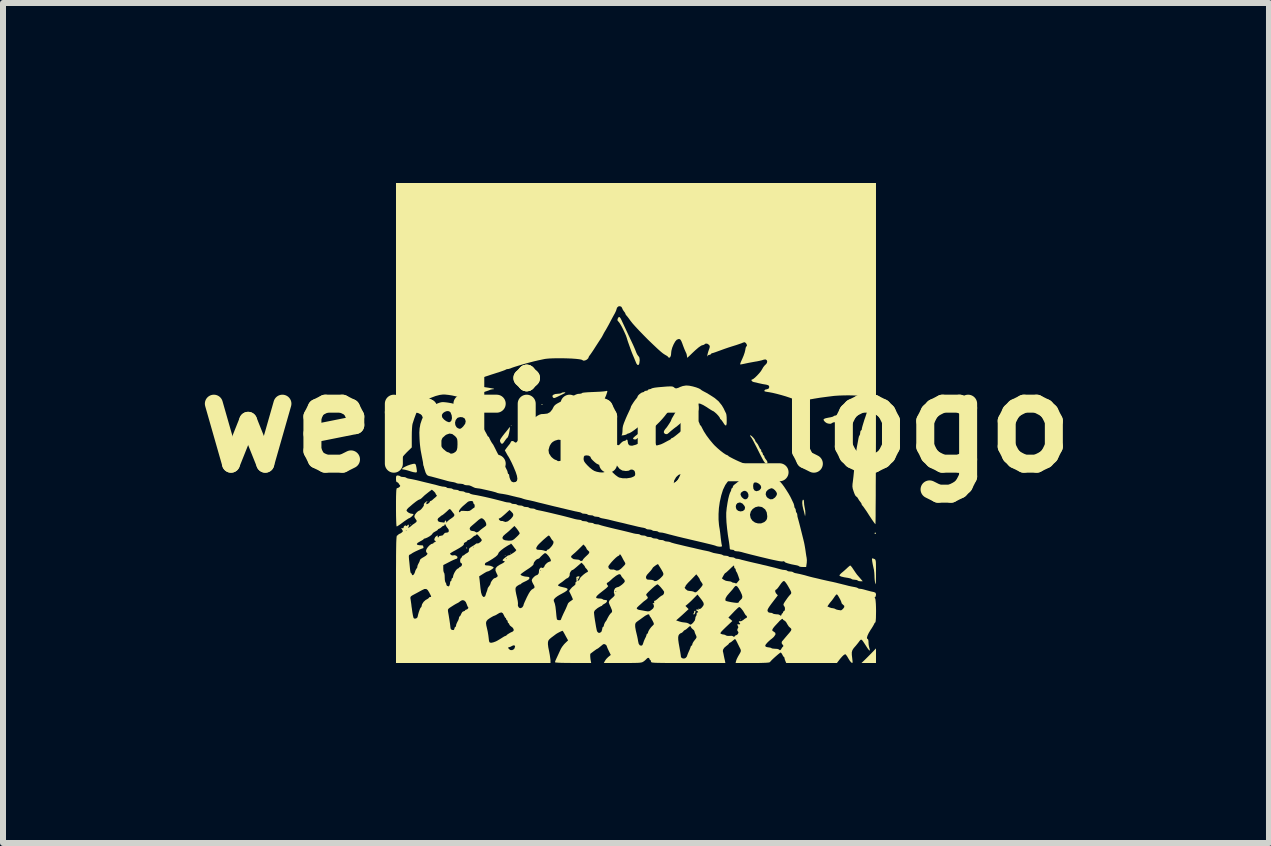
<source format=kicad_pcb>
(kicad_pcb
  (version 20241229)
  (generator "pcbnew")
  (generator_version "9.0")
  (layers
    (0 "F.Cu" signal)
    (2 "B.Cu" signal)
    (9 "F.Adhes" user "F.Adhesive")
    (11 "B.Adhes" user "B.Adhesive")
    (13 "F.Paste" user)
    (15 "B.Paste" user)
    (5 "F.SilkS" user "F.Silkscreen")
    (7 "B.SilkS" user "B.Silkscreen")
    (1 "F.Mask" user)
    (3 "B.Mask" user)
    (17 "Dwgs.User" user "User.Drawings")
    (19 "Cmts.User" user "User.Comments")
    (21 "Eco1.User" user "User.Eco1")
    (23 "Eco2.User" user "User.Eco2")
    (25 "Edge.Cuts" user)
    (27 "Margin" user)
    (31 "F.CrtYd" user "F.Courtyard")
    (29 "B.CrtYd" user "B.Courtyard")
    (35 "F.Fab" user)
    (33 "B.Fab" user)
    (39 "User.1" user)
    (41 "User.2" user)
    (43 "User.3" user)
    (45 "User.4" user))
  (footprint "wenting_logo"
    (layer "F.Cu")
    (at 7.55 4)
    (property "Reference" "wenting_logo" (at 0 0 0) (layer "F.SilkS") (effects (font (size 1.5 1.5) (thickness 0.3))))
    (attr board_only exclude_from_pos_files exclude_from_bom)
    (fp_poly (pts (xy -3.75 1.694) (xy -3.756 1.7) (xy -3.763 1.694) (xy -3.756 1.688)) (stroke (width 0) (type solid)) (fill yes) (layer "F.SilkS"))
    (fp_poly (pts (xy -3.462 1.306) (xy -3.469 1.312) (xy -3.475 1.306) (xy -3.469 1.3)) (stroke (width 0) (type solid)) (fill yes) (layer "F.SilkS"))
    (fp_poly (pts (xy -2.175 2.206) (xy -2.181 2.212) (xy -2.188 2.206) (xy -2.181 2.2)) (stroke (width 0) (type solid)) (fill yes) (layer "F.SilkS"))
    (fp_poly (pts (xy -2.087 2.169) (xy -2.094 2.175) (xy -2.1 2.169) (xy -2.094 2.163)) (stroke (width 0) (type solid)) (fill yes) (layer "F.SilkS"))
    (fp_poly (pts (xy -2.075 0.044) (xy -2.081 0.05) (xy -2.087 0.044) (xy -2.081 0.037)) (stroke (width 0) (type solid)) (fill yes) (layer "F.SilkS"))
    (fp_poly (pts (xy -1.837 -0.094) (xy -1.844 -0.087) (xy -1.85 -0.094) (xy -1.844 -0.1)) (stroke (width 0) (type solid)) (fill yes) (layer "F.SilkS"))
    (fp_poly (pts (xy 1.75 3.269) (xy 1.744 3.275) (xy 1.738 3.269) (xy 1.744 3.263)) (stroke (width 0) (type solid)) (fill yes) (layer "F.SilkS"))
    (fp_poly (pts (xy -2.816 2.073) (xy -2.815 2.092) (xy -2.817 2.097) (xy -2.823 2.093) (xy -2.824 2.08) (xy -2.821 2.067)) (stroke (width 0) (type solid)) (fill yes) (layer "F.SilkS"))
    (fp_poly (pts (xy -1.553 -0.308) (xy -1.557 -0.302) (xy -1.57 -0.301) (xy -1.583 -0.304) (xy -1.577 -0.309) (xy -1.558 -0.31)) (stroke (width 0) (type solid)) (fill yes) (layer "F.SilkS"))
    (fp_poly (pts (xy 4 1.835) (xy 4 1.837) (xy 3.99 1.85) (xy 3.987 1.85) (xy 3.975 1.84) (xy 3.975 1.837) (xy 3.985 1.825) (xy 3.987 1.825)) (stroke (width 0) (type solid)) (fill yes) (layer "F.SilkS"))
    (fp_poly (pts (xy 4 3.878) (xy 4 4) (xy 3.879 4) (xy 3.758 4) (xy 3.814 3.947) (xy 3.852 3.909) (xy 3.897 3.864) (xy 3.935 3.825) (xy 4 3.757)) (stroke (width 0) (type solid)) (fill yes) (layer "F.SilkS"))
    (fp_poly (pts (xy 0.992 3.145) (xy 0.983 3.172) (xy 0.982 3.174) (xy 0.968 3.192) (xy 0.958 3.19) (xy 0.958 3.173) (xy 0.963 3.169) (xy 0.97 3.154) (xy 0.969 3.15) (xy 0.971 3.135) (xy 0.974 3.132) (xy 0.989 3.13)) (stroke (width 0) (type solid)) (fill yes) (layer "F.SilkS"))
    (fp_poly (pts (xy -1.742 -0.195) (xy -1.738 -0.182) (xy -1.747 -0.166) (xy -1.769 -0.15) (xy -1.791 -0.135) (xy -1.8 -0.123) (xy -1.81 -0.113) (xy -1.812 -0.113) (xy -1.825 -0.122) (xy -1.825 -0.125) (xy -1.818 -0.148) (xy -1.803 -0.177) (xy -1.786 -0.199) (xy -1.782 -0.202) (xy -1.761 -0.206)) (stroke (width 0) (type solid)) (fill yes) (layer "F.SilkS"))
    (fp_poly (pts (xy 2.796 1.284) (xy 2.8 1.313) (xy 2.8 1.318) (xy 2.803 1.361) (xy 2.811 1.408) (xy 2.813 1.417) (xy 2.821 1.462) (xy 2.823 1.506) (xy 2.823 1.514) (xy 2.818 1.556) (xy 2.81 1.519) (xy 2.801 1.481) (xy 2.789 1.438) (xy 2.787 1.431) (xy 2.776 1.382) (xy 2.771 1.336) (xy 2.773 1.3) (xy 2.781 1.28) (xy 2.784 1.278)) (stroke (width 0) (type solid)) (fill yes) (layer "F.SilkS"))
    (fp_poly (pts (xy -1.196 -0.512) (xy -1.18 -0.51) (xy -1.177 -0.505) (xy -1.192 -0.495) (xy -1.225 -0.478) (xy -1.256 -0.463) (xy -1.307 -0.438) (xy -1.34 -0.423) (xy -1.361 -0.416) (xy -1.373 -0.417) (xy -1.381 -0.424) (xy -1.388 -0.432) (xy -1.394 -0.452) (xy -1.378 -0.47) (xy -1.346 -0.483) (xy -1.304 -0.487) (xy -1.27 -0.49) (xy -1.247 -0.497) (xy -1.244 -0.5) (xy -1.227 -0.508) (xy -1.197 -0.512)) (stroke (width 0) (type solid)) (fill yes) (layer "F.SilkS"))
    (fp_poly (pts (xy -3.678 0.684) (xy -3.668 0.703) (xy -3.66 0.74) (xy -3.656 0.767) (xy -3.651 0.802) (xy -3.654 0.819) (xy -3.665 0.824) (xy -3.677 0.824) (xy -3.711 0.819) (xy -3.744 0.81) (xy -3.804 0.791) (xy -3.846 0.78) (xy -3.873 0.775) (xy -3.88 0.775) (xy -3.898 0.771) (xy -3.896 0.76) (xy -3.878 0.745) (xy -3.847 0.728) (xy -3.808 0.71) (xy -3.763 0.694) (xy -3.717 0.682) (xy -3.693 0.679)) (stroke (width 0) (type solid)) (fill yes) (layer "F.SilkS"))
    (fp_poly (pts (xy -2.102 0.086) (xy -2.106 0.119) (xy -2.115 0.168) (xy -2.126 0.211) (xy -2.138 0.24) (xy -2.149 0.25) (xy -2.159 0.26) (xy -2.177 0.284) (xy -2.188 0.3) (xy -2.213 0.335) (xy -2.233 0.348) (xy -2.249 0.338) (xy -2.261 0.318) (xy -2.267 0.3) (xy -2.265 0.282) (xy -2.253 0.259) (xy -2.228 0.224) (xy -2.216 0.208) (xy -2.187 0.171) (xy -2.163 0.142) (xy -2.15 0.126) (xy -2.149 0.125) (xy -2.138 0.111) (xy -2.12 0.087) (xy -2.107 0.07) (xy -2.102 0.068)) (stroke (width 0) (type solid)) (fill yes) (layer "F.SilkS"))
    (fp_poly (pts (xy 3.949 2.258) (xy 3.97 2.265) (xy 3.981 2.271) (xy 3.989 2.279) (xy 3.994 2.293) (xy 3.998 2.317) (xy 3.999 2.354) (xy 4 2.409) (xy 4 2.483) (xy 4 2.552) (xy 3.999 2.61) (xy 3.998 2.655) (xy 3.996 2.682) (xy 3.995 2.688) (xy 3.99 2.677) (xy 3.983 2.651) (xy 3.983 2.648) (xy 3.978 2.611) (xy 3.975 2.565) (xy 3.975 2.549) (xy 3.972 2.498) (xy 3.966 2.447) (xy 3.963 2.435) (xy 3.947 2.361) (xy 3.937 2.306) (xy 3.933 2.27) (xy 3.934 2.257)) (stroke (width 0) (type solid)) (fill yes) (layer "F.SilkS"))
    (fp_poly (pts (xy 3.583 2.385) (xy 3.603 2.41) (xy 3.627 2.446) (xy 3.628 2.447) (xy 3.656 2.489) (xy 3.684 2.528) (xy 3.703 2.55) (xy 3.731 2.582) (xy 3.755 2.61) (xy 3.779 2.638) (xy 3.74 2.638) (xy 3.711 2.634) (xy 3.694 2.625) (xy 3.694 2.625) (xy 3.677 2.616) (xy 3.647 2.613) (xy 3.644 2.612) (xy 3.613 2.609) (xy 3.595 2.602) (xy 3.595 2.601) (xy 3.579 2.592) (xy 3.548 2.585) (xy 3.541 2.583) (xy 3.468 2.571) (xy 3.419 2.559) (xy 3.394 2.547) (xy 3.391 2.542) (xy 3.398 2.527) (xy 3.419 2.505) (xy 3.432 2.494) (xy 3.47 2.462) (xy 3.51 2.426) (xy 3.519 2.417) (xy 3.546 2.393) (xy 3.566 2.377) (xy 3.571 2.375)) (stroke (width 0) (type solid)) (fill yes) (layer "F.SilkS"))
    (fp_poly (pts (xy 1.915 0.208) (xy 1.936 0.225) (xy 1.959 0.249) (xy 1.978 0.274) (xy 1.987 0.293) (xy 1.987 0.295) (xy 1.996 0.313) (xy 2.01 0.329) (xy 2.03 0.355) (xy 2.048 0.39) (xy 2.05 0.393) (xy 2.063 0.422) (xy 2.075 0.437) (xy 2.077 0.438) (xy 2.086 0.448) (xy 2.087 0.463) (xy 2.093 0.483) (xy 2.1 0.487) (xy 2.11 0.498) (xy 2.112 0.512) (xy 2.118 0.533) (xy 2.125 0.537) (xy 2.136 0.548) (xy 2.138 0.557) (xy 2.146 0.58) (xy 2.161 0.602) (xy 2.185 0.634) (xy 2.192 0.659) (xy 2.182 0.673) (xy 2.171 0.674) (xy 2.158 0.67) (xy 2.143 0.656) (xy 2.125 0.629) (xy 2.101 0.585) (xy 2.069 0.523) (xy 2.065 0.515) (xy 2.017 0.419) (xy 1.979 0.345) (xy 1.95 0.289) (xy 1.928 0.251) (xy 1.913 0.229) (xy 1.907 0.223) (xy 1.901 0.209) (xy 1.903 0.205)) (stroke (width 0) (type solid)) (fill yes) (layer "F.SilkS"))
    (fp_poly (pts (xy -0.259 -1.748) (xy -0.238 -1.708) (xy -0.233 -1.696) (xy -0.188 -1.6) (xy -0.138 -1.493) (xy -0.089 -1.388) (xy -0.062 -1.331) (xy -0.038 -1.279) (xy -0.016 -1.228) (xy -0.000484 -1.189) (xy 0.002 -1.181) (xy 0.018 -1.146) (xy 0.036 -1.119) (xy 0.041 -1.115) (xy 0.057 -1.089) (xy 0.062 -1.047) (xy 0.056 -0.997) (xy 0.055 -0.991) (xy 0.042 -0.967) (xy 0.026 -0.967) (xy 0.008 -0.989) (xy 0.002 -1.003) (xy -0.013 -1.039) (xy -0.025 -1.068) (xy -0.025 -1.069) (xy -0.037 -1.097) (xy -0.052 -1.133) (xy -0.054 -1.137) (xy -0.071 -1.179) (xy -0.092 -1.236) (xy -0.114 -1.298) (xy -0.135 -1.357) (xy -0.15 -1.405) (xy -0.152 -1.413) (xy -0.167 -1.456) (xy -0.19 -1.508) (xy -0.216 -1.564) (xy -0.243 -1.616) (xy -0.268 -1.658) (xy -0.287 -1.684) (xy -0.289 -1.686) (xy -0.308 -1.708) (xy -0.308 -1.729) (xy -0.302 -1.744) (xy -0.289 -1.765) (xy -0.276 -1.767)) (stroke (width 0) (type solid)) (fill yes) (layer "F.SilkS"))
    (fp_poly (pts (xy 3.78 -0.251) (xy 3.772 -0.226) (xy 3.771 -0.224) (xy 3.747 -0.188) (xy 3.706 -0.162) (xy 3.64 -0.133) (xy 3.578 -0.105) (xy 3.524 -0.081) (xy 3.483 -0.061) (xy 3.46 -0.05) (xy 3.46 -0.05) (xy 3.431 -0.041) (xy 3.401 -0.037) (xy 3.372 -0.034) (xy 3.356 -0.025) (xy 3.339 -0.016) (xy 3.312 -0.013) (xy 3.284 -0.009) (xy 3.269 0) (xy 3.249 0.012) (xy 3.216 0.012) (xy 3.181 0.003) (xy 3.153 -0.016) (xy 3.152 -0.016) (xy 3.132 -0.04) (xy 3.125 -0.056) (xy 3.134 -0.068) (xy 3.161 -0.079) (xy 3.208 -0.089) (xy 3.247 -0.096) (xy 3.277 -0.104) (xy 3.294 -0.113) (xy 3.295 -0.114) (xy 3.311 -0.123) (xy 3.328 -0.125) (xy 3.359 -0.129) (xy 3.393 -0.137) (xy 3.43 -0.147) (xy 3.475 -0.16) (xy 3.487 -0.163) (xy 3.527 -0.174) (xy 3.558 -0.185) (xy 3.565 -0.189) (xy 3.594 -0.198) (xy 3.606 -0.2) (xy 3.634 -0.206) (xy 3.647 -0.211) (xy 3.698 -0.234) (xy 3.748 -0.253) (xy 3.759 -0.256) (xy 3.776 -0.259)) (stroke (width 0) (type solid)) (fill yes) (layer "F.SilkS"))
    (fp_poly (pts (xy 0.891 -0.621) (xy 0.948 -0.609) (xy 1.004 -0.593) (xy 1.051 -0.575) (xy 1.083 -0.556) (xy 1.087 -0.551) (xy 1.102 -0.541) (xy 1.129 -0.526) (xy 1.131 -0.525) (xy 1.173 -0.503) (xy 1.225 -0.472) (xy 1.277 -0.439) (xy 1.312 -0.416) (xy 1.376 -0.362) (xy 1.43 -0.295) (xy 1.461 -0.243) (xy 1.479 -0.204) (xy 1.495 -0.172) (xy 1.501 -0.16) (xy 1.507 -0.137) (xy 1.511 -0.097) (xy 1.512 -0.049) (xy 1.512 -0.044) (xy 1.511 0.008) (xy 1.505 0.037) (xy 1.493 0.042) (xy 1.474 0.024) (xy 1.45 -0.013) (xy 1.43 -0.042) (xy 1.414 -0.06) (xy 1.41 -0.062) (xy 1.401 -0.072) (xy 1.4 -0.079) (xy 1.391 -0.097) (xy 1.369 -0.125) (xy 1.341 -0.155) (xy 1.311 -0.181) (xy 1.288 -0.198) (xy 1.281 -0.2) (xy 1.268 -0.207) (xy 1.24 -0.224) (xy 1.201 -0.249) (xy 1.181 -0.263) (xy 1.119 -0.3) (xy 1.072 -0.321) (xy 1.051 -0.325) (xy 1.024 -0.322) (xy 1.014 -0.309) (xy 1.012 -0.284) (xy 1.005 -0.241) (xy 0.98 -0.207) (xy 0.954 -0.186) (xy 0.934 -0.17) (xy 0.901 -0.141) (xy 0.86 -0.104) (xy 0.828 -0.074) (xy 0.783 -0.032) (xy 0.739 0.007) (xy 0.704 0.037) (xy 0.688 0.05) (xy 0.631 0.093) (xy 0.577 0.137) (xy 0.545 0.166) (xy 0.521 0.184) (xy 0.501 0.186) (xy 0.482 0.18) (xy 0.465 0.163) (xy 0.466 0.135) (xy 0.485 0.105) (xy 0.509 0.077) (xy 0.535 0.04) (xy 0.56 0.002) (xy 0.579 -0.029) (xy 0.587 -0.049) (xy 0.588 -0.05) (xy 0.594 -0.068) (xy 0.611 -0.098) (xy 0.622 -0.116) (xy 0.679 -0.216) (xy 0.719 -0.319) (xy 0.726 -0.342) (xy 0.734 -0.379) (xy 0.734 -0.401) (xy 0.725 -0.418) (xy 0.717 -0.426) (xy 0.69 -0.443) (xy 0.671 -0.443) (xy 0.655 -0.426) (xy 0.64 -0.394) (xy 0.629 -0.355) (xy 0.625 -0.325) (xy 0.617 -0.304) (xy 0.597 -0.276) (xy 0.594 -0.272) (xy 0.573 -0.247) (xy 0.563 -0.23) (xy 0.562 -0.228) (xy 0.555 -0.211) (xy 0.541 -0.193) (xy 0.52 -0.168) (xy 0.493 -0.134) (xy 0.482 -0.119) (xy 0.444 -0.074) (xy 0.396 -0.021) (xy 0.34 0.034) (xy 0.283 0.088) (xy 0.228 0.136) (xy 0.181 0.174) (xy 0.148 0.196) (xy 0.112 0.216) (xy 0.086 0.233) (xy 0.077 0.241) (xy 0.063 0.248) (xy 0.043 0.25) (xy 0.02 0.254) (xy 0.013 0.263) (xy 0.002 0.272) (xy -0.019 0.275) (xy -0.043 0.269) (xy -0.05 0.258) (xy -0.04 0.243) (xy -0.015 0.22) (xy 0.021 0.192) (xy 0.028 0.187) (xy 0.106 0.129) (xy 0.159 0.079) (xy 0.19 0.037) (xy 0.196 0.002) (xy 0.18 -0.025) (xy 0.172 -0.03) (xy 0.156 -0.035) (xy 0.137 -0.025) (xy 0.109 0.00029) (xy 0.069 0.039) (xy 0.023 0.079) (xy -0.026 0.116) (xy -0.07 0.147) (xy -0.107 0.168) (xy -0.129 0.175) (xy -0.148 0.181) (xy -0.152 0.186) (xy -0.166 0.194) (xy -0.195 0.202) (xy -0.206 0.204) (xy -0.233 0.207) (xy -0.243 0.206) (xy -0.241 0.205) (xy -0.231 0.188) (xy -0.226 0.149) (xy -0.225 0.124) (xy -0.223 0.084) (xy -0.216 0.046) (xy -0.201 0.001) (xy -0.177 -0.058) (xy -0.169 -0.078) (xy -0.145 -0.132) (xy -0.123 -0.179) (xy -0.107 -0.213) (xy -0.1 -0.228) (xy -0.089 -0.253) (xy -0.087 -0.263) (xy -0.081 -0.28) (xy -0.063 -0.31) (xy -0.04 -0.346) (xy -0.016 -0.38) (xy 0.005 -0.406) (xy 0.009 -0.41) (xy 0.023 -0.43) (xy 0.025 -0.439) (xy 0.035 -0.458) (xy 0.058 -0.481) (xy 0.086 -0.502) (xy 0.111 -0.512) (xy 0.114 -0.512) (xy 0.134 -0.518) (xy 0.138 -0.525) (xy 0.148 -0.534) (xy 0.169 -0.537) (xy 0.192 -0.542) (xy 0.2 -0.55) (xy 0.21 -0.561) (xy 0.222 -0.562) (xy 0.248 -0.568) (xy 0.257 -0.574) (xy 0.275 -0.581) (xy 0.313 -0.589) (xy 0.372 -0.596) (xy 0.455 -0.603) (xy 0.516 -0.608) (xy 0.568 -0.61) (xy 0.602 -0.609) (xy 0.623 -0.602) (xy 0.632 -0.595) (xy 0.652 -0.58) (xy 0.674 -0.577) (xy 0.705 -0.586) (xy 0.735 -0.6) (xy 0.78 -0.616) (xy 0.829 -0.624) (xy 0.84 -0.625)) (stroke (width 0) (type solid)) (fill yes) (layer "F.SilkS"))
    (fp_poly (pts (xy 2.092 0.798) (xy 2.126 0.801) (xy 2.156 0.809) (xy 2.189 0.823) (xy 2.233 0.847) (xy 2.263 0.864) (xy 2.297 0.888) (xy 2.341 0.924) (xy 2.389 0.966) (xy 2.408 0.985) (xy 2.435 1.016) (xy 2.469 1.062) (xy 2.506 1.118) (xy 2.542 1.175) (xy 2.572 1.228) (xy 2.586 1.256) (xy 2.605 1.296) (xy 2.62 1.328) (xy 2.626 1.34) (xy 2.636 1.372) (xy 2.638 1.387) (xy 2.643 1.411) (xy 2.65 1.419) (xy 2.66 1.436) (xy 2.663 1.456) (xy 2.667 1.482) (xy 2.675 1.494) (xy 2.685 1.511) (xy 2.688 1.528) (xy 2.691 1.559) (xy 2.7 1.593) (xy 2.708 1.621) (xy 2.721 1.67) (xy 2.739 1.74) (xy 2.762 1.832) (xy 2.791 1.948) (xy 2.802 1.994) (xy 2.81 2.034) (xy 2.819 2.086) (xy 2.825 2.125) (xy 2.832 2.175) (xy 2.839 2.22) (xy 2.844 2.246) (xy 2.848 2.285) (xy 2.846 2.331) (xy 2.844 2.343) (xy 2.836 2.4) (xy 2.781 2.4) (xy 2.746 2.398) (xy 2.723 2.392) (xy 2.72 2.389) (xy 2.704 2.379) (xy 2.674 2.371) (xy 2.672 2.371) (xy 2.59 2.355) (xy 2.529 2.339) (xy 2.49 2.325) (xy 2.475 2.312) (xy 2.475 2.31) (xy 2.465 2.304) (xy 2.452 2.305) (xy 2.44 2.308) (xy 2.421 2.307) (xy 2.392 2.303) (xy 2.35 2.295) (xy 2.289 2.282) (xy 2.256 2.275) (xy 2.204 2.263) (xy 2.138 2.247) (xy 2.066 2.23) (xy 1.99 2.211) (xy 1.917 2.193) (xy 1.851 2.176) (xy 1.798 2.162) (xy 1.763 2.152) (xy 1.755 2.15) (xy 1.713 2.141) (xy 1.677 2.138) (xy 1.65 2.134) (xy 1.638 2.126) (xy 1.637 2.125) (xy 1.627 2.116) (xy 1.6 2.112) (xy 1.6 2.112) (xy 1.573 2.109) (xy 1.563 2.094) (xy 1.562 2.085) (xy 1.56 2.058) (xy 1.555 2.017) (xy 1.551 1.988) (xy 1.532 1.87) (xy 1.518 1.758) (xy 1.508 1.655) (xy 1.504 1.566) (xy 1.504 1.532) (xy 1.9 1.532) (xy 1.911 1.585) (xy 1.94 1.628) (xy 1.983 1.659) (xy 2.034 1.674) (xy 2.086 1.673) (xy 2.137 1.652) (xy 2.149 1.643) (xy 2.174 1.617) (xy 2.185 1.589) (xy 2.188 1.554) (xy 2.179 1.489) (xy 2.153 1.44) (xy 2.108 1.406) (xy 2.092 1.399) (xy 2.039 1.391) (xy 1.988 1.404) (xy 1.944 1.434) (xy 1.913 1.476) (xy 1.9 1.527) (xy 1.9 1.532) (xy 1.504 1.532) (xy 1.504 1.496) (xy 1.505 1.486) (xy 1.513 1.408) (xy 1.515 1.398) (xy 1.663 1.398) (xy 1.673 1.437) (xy 1.701 1.463) (xy 1.741 1.474) (xy 1.781 1.467) (xy 1.809 1.445) (xy 1.818 1.412) (xy 1.81 1.385) (xy 1.777 1.344) (xy 1.739 1.326) (xy 1.727 1.325) (xy 1.691 1.335) (xy 1.668 1.364) (xy 1.663 1.398) (xy 1.515 1.398) (xy 1.525 1.332) (xy 1.538 1.263) (xy 1.553 1.204) (xy 1.556 1.195) (xy 1.742 1.195) (xy 1.759 1.231) (xy 1.768 1.241) (xy 1.802 1.269) (xy 1.833 1.272) (xy 1.857 1.257) (xy 1.874 1.225) (xy 1.873 1.188) (xy 2.161 1.188) (xy 2.175 1.227) (xy 2.195 1.249) (xy 2.238 1.272) (xy 2.278 1.269) (xy 2.317 1.242) (xy 2.317 1.242) (xy 2.339 1.213) (xy 2.35 1.184) (xy 2.35 1.181) (xy 2.34 1.151) (xy 2.316 1.12) (xy 2.286 1.096) (xy 2.26 1.087) (xy 2.233 1.095) (xy 2.201 1.112) (xy 2.199 1.113) (xy 2.169 1.147) (xy 2.161 1.188) (xy 1.873 1.188) (xy 1.873 1.187) (xy 1.856 1.153) (xy 1.844 1.143) (xy 1.818 1.13) (xy 1.794 1.133) (xy 1.779 1.14) (xy 1.748 1.164) (xy 1.742 1.195) (xy 1.556 1.195) (xy 1.567 1.162) (xy 1.577 1.144) (xy 1.586 1.122) (xy 1.587 1.11) (xy 1.593 1.091) (xy 1.6 1.087) (xy 1.611 1.077) (xy 1.613 1.065) (xy 1.62 1.048) (xy 1.952 1.048) (xy 1.957 1.096) (xy 1.977 1.126) (xy 2.008 1.137) (xy 2.047 1.126) (xy 2.06 1.118) (xy 2.081 1.093) (xy 2.087 1.069) (xy 2.077 1.04) (xy 2.05 1.013) (xy 2.015 0.994) (xy 1.984 0.99) (xy 1.966 0.997) (xy 1.957 1.015) (xy 1.952 1.048) (xy 1.62 1.048) (xy 1.622 1.044) (xy 1.646 1.022) (xy 1.647 1.022) (xy 1.673 1.002) (xy 1.71 0.972) (xy 1.749 0.938) (xy 1.749 0.938) (xy 1.784 0.907) (xy 1.814 0.885) (xy 1.832 0.875) (xy 1.833 0.875) (xy 1.849 0.868) (xy 1.85 0.863) (xy 1.86 0.851) (xy 1.864 0.85) (xy 1.882 0.843) (xy 1.91 0.827) (xy 1.913 0.824) (xy 1.939 0.81) (xy 1.971 0.802) (xy 2.017 0.799) (xy 2.047 0.798)) (stroke (width 0) (type solid)) (fill yes) (layer "F.SilkS"))
    (fp_poly (pts (xy 4 -1.156) (xy 4 -0.891) (xy 4 -0.633) (xy 4 -0.383) (xy 3.999 -0.142) (xy 3.999 0.09) (xy 3.999 0.31) (xy 3.998 0.518) (xy 3.998 0.713) (xy 3.997 0.894) (xy 3.996 1.058) (xy 3.996 1.207) (xy 3.995 1.337) (xy 3.994 1.449) (xy 3.994 1.54) (xy 3.993 1.611) (xy 3.992 1.659) (xy 3.991 1.684) (xy 3.991 1.687) (xy 3.981 1.677) (xy 3.961 1.65) (xy 3.932 1.609) (xy 3.898 1.557) (xy 3.881 1.531) (xy 3.846 1.476) (xy 3.814 1.43) (xy 3.79 1.396) (xy 3.775 1.377) (xy 3.772 1.375) (xy 3.763 1.365) (xy 3.763 1.359) (xy 3.755 1.337) (xy 3.741 1.318) (xy 3.718 1.288) (xy 3.701 1.259) (xy 3.685 1.235) (xy 3.67 1.225) (xy 3.67 1.225) (xy 3.659 1.214) (xy 3.644 1.186) (xy 3.629 1.146) (xy 3.613 1.097) (xy 3.607 1.058) (xy 3.609 1.015) (xy 3.613 0.987) (xy 3.618 0.946) (xy 3.625 0.887) (xy 3.632 0.816) (xy 3.64 0.74) (xy 3.644 0.698) (xy 3.652 0.62) (xy 3.661 0.541) (xy 3.671 0.47) (xy 3.679 0.413) (xy 3.683 0.392) (xy 3.693 0.339) (xy 3.702 0.291) (xy 3.708 0.256) (xy 3.709 0.253) (xy 3.716 0.223) (xy 3.726 0.206) (xy 3.726 0.205) (xy 3.734 0.189) (xy 3.737 0.162) (xy 3.741 0.136) (xy 3.75 0.125) (xy 3.761 0.115) (xy 3.763 0.105) (xy 3.766 0.084) (xy 3.776 0.046) (xy 3.791 -0.003) (xy 3.807 -0.055) (xy 3.824 -0.103) (xy 3.825 -0.106) (xy 3.834 -0.134) (xy 3.846 -0.172) (xy 3.849 -0.181) (xy 3.861 -0.22) (xy 3.873 -0.251) (xy 3.875 -0.256) (xy 3.895 -0.307) (xy 3.911 -0.353) (xy 3.92 -0.388) (xy 3.921 -0.407) (xy 3.921 -0.408) (xy 3.905 -0.415) (xy 3.873 -0.424) (xy 3.856 -0.427) (xy 3.807 -0.436) (xy 3.753 -0.447) (xy 3.741 -0.449) (xy 3.692 -0.456) (xy 3.625 -0.459) (xy 3.546 -0.461) (xy 3.462 -0.46) (xy 3.38 -0.457) (xy 3.305 -0.452) (xy 3.288 -0.45) (xy 3.177 -0.436) (xy 3.071 -0.422) (xy 2.973 -0.406) (xy 2.887 -0.391) (xy 2.817 -0.376) (xy 2.766 -0.363) (xy 2.747 -0.356) (xy 2.721 -0.354) (xy 2.709 -0.359) (xy 2.68 -0.376) (xy 2.631 -0.397) (xy 2.568 -0.42) (xy 2.496 -0.444) (xy 2.421 -0.466) (xy 2.346 -0.486) (xy 2.279 -0.502) (xy 2.222 -0.513) (xy 2.221 -0.513) (xy 2.181 -0.519) (xy 2.152 -0.525) (xy 2.142 -0.529) (xy 2.14 -0.544) (xy 2.155 -0.557) (xy 2.181 -0.562) (xy 2.209 -0.572) (xy 2.221 -0.597) (xy 2.217 -0.618) (xy 2.202 -0.63) (xy 2.171 -0.639) (xy 2.158 -0.641) (xy 2.111 -0.649) (xy 2.061 -0.66) (xy 2.05 -0.662) (xy 2.007 -0.673) (xy 1.969 -0.681) (xy 1.959 -0.683) (xy 1.938 -0.693) (xy 1.925 -0.708) (xy 1.925 -0.721) (xy 1.936 -0.725) (xy 1.955 -0.734) (xy 1.985 -0.758) (xy 2.019 -0.791) (xy 2.053 -0.828) (xy 2.082 -0.864) (xy 2.1 -0.893) (xy 2.122 -0.931) (xy 2.148 -0.963) (xy 2.156 -0.969) (xy 2.181 -0.998) (xy 2.187 -1.026) (xy 2.178 -1.049) (xy 2.156 -1.06) (xy 2.123 -1.054) (xy 2.121 -1.053) (xy 2.096 -1.045) (xy 2.054 -1.035) (xy 2.005 -1.025) (xy 2 -1.025) (xy 1.939 -1.014) (xy 1.875 -1.002) (xy 1.827 -0.992) (xy 1.785 -0.983) (xy 1.752 -0.977) (xy 1.737 -0.975) (xy 1.737 -0.985) (xy 1.746 -1.013) (xy 1.763 -1.052) (xy 1.771 -1.069) (xy 1.793 -1.121) (xy 1.811 -1.173) (xy 1.821 -1.214) (xy 1.822 -1.219) (xy 1.828 -1.253) (xy 1.836 -1.273) (xy 1.839 -1.275) (xy 1.849 -1.284) (xy 1.847 -1.305) (xy 1.835 -1.328) (xy 1.83 -1.334) (xy 1.809 -1.347) (xy 1.784 -1.34) (xy 1.784 -1.34) (xy 1.761 -1.33) (xy 1.721 -1.316) (xy 1.668 -1.298) (xy 1.613 -1.281) (xy 1.544 -1.259) (xy 1.474 -1.235) (xy 1.411 -1.212) (xy 1.375 -1.199) (xy 1.329 -1.182) (xy 1.291 -1.169) (xy 1.268 -1.163) (xy 1.266 -1.162) (xy 1.251 -1.155) (xy 1.25 -1.15) (xy 1.24 -1.14) (xy 1.226 -1.137) (xy 1.203 -1.13) (xy 1.196 -1.122) (xy 1.189 -1.108) (xy 1.187 -1.113) (xy 1.19 -1.132) (xy 1.196 -1.16) (xy 1.205 -1.192) (xy 1.212 -1.212) (xy 1.226 -1.251) (xy 1.23 -1.275) (xy 1.226 -1.29) (xy 1.217 -1.302) (xy 1.19 -1.321) (xy 1.162 -1.324) (xy 1.144 -1.312) (xy 1.126 -1.301) (xy 1.118 -1.3) (xy 1.088 -1.29) (xy 1.044 -1.26) (xy 0.987 -1.211) (xy 0.939 -1.166) (xy 0.903 -1.131) (xy 0.874 -1.104) (xy 0.857 -1.089) (xy 0.854 -1.087) (xy 0.851 -1.098) (xy 0.85 -1.113) (xy 0.844 -1.145) (xy 0.839 -1.16) (xy 0.825 -1.19) (xy 0.807 -1.231) (xy 0.785 -1.288) (xy 0.773 -1.322) (xy 0.756 -1.364) (xy 0.742 -1.388) (xy 0.727 -1.398) (xy 0.713 -1.4) (xy 0.68 -1.388) (xy 0.654 -1.359) (xy 0.627 -1.311) (xy 0.604 -1.256) (xy 0.59 -1.203) (xy 0.587 -1.177) (xy 0.583 -1.13) (xy 0.571 -1.099) (xy 0.555 -1.087) (xy 0.539 -1.094) (xy 0.537 -1.098) (xy 0.528 -1.11) (xy 0.504 -1.126) (xy 0.503 -1.126) (xy 0.476 -1.142) (xy 0.449 -1.16) (xy 0.417 -1.186) (xy 0.375 -1.223) (xy 0.352 -1.244) (xy 0.278 -1.314) (xy 0.201 -1.388) (xy 0.127 -1.463) (xy 0.058 -1.534) (xy -0.004 -1.6) (xy -0.054 -1.656) (xy -0.089 -1.7) (xy -0.095 -1.708) (xy -0.124 -1.748) (xy -0.148 -1.779) (xy -0.163 -1.796) (xy -0.165 -1.798) (xy -0.174 -1.812) (xy -0.175 -1.817) (xy -0.183 -1.837) (xy -0.199 -1.858) (xy -0.218 -1.885) (xy -0.227 -1.906) (xy -0.242 -1.935) (xy -0.267 -1.947) (xy -0.294 -1.943) (xy -0.316 -1.922) (xy -0.323 -1.9) (xy -0.332 -1.871) (xy -0.349 -1.835) (xy -0.353 -1.827) (xy -0.371 -1.795) (xy -0.396 -1.749) (xy -0.424 -1.697) (xy -0.435 -1.675) (xy -0.462 -1.625) (xy -0.487 -1.58) (xy -0.506 -1.547) (xy -0.512 -1.538) (xy -0.533 -1.502) (xy -0.55 -1.469) (xy -0.566 -1.439) (xy -0.578 -1.419) (xy -0.578 -1.419) (xy -0.588 -1.404) (xy -0.609 -1.372) (xy -0.637 -1.329) (xy -0.67 -1.278) (xy -0.672 -1.275) (xy -0.705 -1.223) (xy -0.735 -1.178) (xy -0.758 -1.145) (xy -0.771 -1.127) (xy -0.772 -1.127) (xy -0.785 -1.108) (xy -0.787 -1.101) (xy -0.797 -1.077) (xy -0.82 -1.056) (xy -0.849 -1.042) (xy -0.877 -1.039) (xy -0.893 -1.048) (xy -0.91 -1.056) (xy -0.948 -1.063) (xy -1.002 -1.069) (xy -1.069 -1.074) (xy -1.144 -1.077) (xy -1.224 -1.079) (xy -1.303 -1.079) (xy -1.379 -1.078) (xy -1.446 -1.075) (xy -1.501 -1.07) (xy -1.531 -1.065) (xy -1.582 -1.054) (xy -1.635 -1.043) (xy -1.65 -1.039) (xy -1.699 -1.028) (xy -1.76 -1.012) (xy -1.828 -0.994) (xy -1.898 -0.974) (xy -1.964 -0.954) (xy -2.022 -0.936) (xy -2.066 -0.921) (xy -2.09 -0.911) (xy -2.121 -0.901) (xy -2.135 -0.9) (xy -2.161 -0.895) (xy -2.169 -0.89) (xy -2.185 -0.882) (xy -2.22 -0.869) (xy -2.269 -0.852) (xy -2.329 -0.833) (xy -2.35 -0.826) (xy -2.413 -0.806) (xy -2.469 -0.787) (xy -2.513 -0.773) (xy -2.54 -0.763) (xy -2.544 -0.762) (xy -2.57 -0.753) (xy -2.61 -0.743) (xy -2.636 -0.737) (xy -2.694 -0.718) (xy -2.73 -0.694) (xy -2.743 -0.664) (xy -2.741 -0.651) (xy -2.73 -0.631) (xy -2.705 -0.619) (xy -2.663 -0.614) (xy -2.631 -0.612) (xy -2.586 -0.606) (xy -2.534 -0.599) (xy -2.48 -0.591) (xy -2.43 -0.583) (xy -2.391 -0.576) (xy -2.368 -0.571) (xy -2.365 -0.569) (xy -2.37 -0.564) (xy -2.386 -0.563) (xy -2.419 -0.557) (xy -2.435 -0.551) (xy -2.457 -0.542) (xy -2.495 -0.529) (xy -2.541 -0.514) (xy -2.544 -0.513) (xy -2.609 -0.492) (xy -2.675 -0.47) (xy -2.736 -0.448) (xy -2.786 -0.43) (xy -2.82 -0.416) (xy -2.828 -0.412) (xy -2.853 -0.404) (xy -2.884 -0.4) (xy -2.911 -0.402) (xy -2.925 -0.408) (xy -2.925 -0.41) (xy -2.937 -0.422) (xy -2.968 -0.435) (xy -3.013 -0.447) (xy -3.067 -0.459) (xy -3.125 -0.468) (xy -3.181 -0.474) (xy -3.215 -0.475) (xy -3.27 -0.468) (xy -3.339 -0.45) (xy -3.415 -0.421) (xy -3.485 -0.389) (xy -3.556 -0.34) (xy -3.606 -0.285) (xy -3.623 -0.256) (xy -3.645 -0.208) (xy -3.669 -0.146) (xy -3.695 -0.076) (xy -3.719 -0.002) (xy -3.724 0.013) (xy -3.729 0.042) (xy -3.733 0.09) (xy -3.736 0.151) (xy -3.737 0.218) (xy -3.737 0.232) (xy -3.737 0.407) (xy -3.825 0.493) (xy -3.866 0.537) (xy -3.898 0.577) (xy -3.917 0.607) (xy -3.919 0.615) (xy -3.929 0.643) (xy -3.939 0.657) (xy -3.954 0.673) (xy -3.973 0.7) (xy -3.976 0.704) (xy -3.979 0.709) (xy -3.981 0.712) (xy -3.984 0.711) (xy -3.986 0.707) (xy -3.988 0.699) (xy -3.99 0.684) (xy -3.991 0.662) (xy -3.993 0.633) (xy -3.994 0.594) (xy -3.995 0.545) (xy -3.996 0.486) (xy -3.997 0.414) (xy -3.998 0.33) (xy -3.998 0.231) (xy -3.999 0.117) (xy -3.999 -0.014) (xy -3.999 -0.161) (xy -4 -0.327) (xy -4 -0.512) (xy -4 -0.717) (xy -4 -0.943) (xy -4 -1.192) (xy -4 -1.465) (xy -4 -1.628) (xy -4 -4) (xy 0 -4) (xy 4 -4)) (stroke (width 0) (type solid)) (fill yes) (layer "F.SilkS"))
    (fp_poly (pts (xy -0.477 -0.529) (xy -0.481 -0.511) (xy -0.499 -0.457) (xy -0.525 -0.401) (xy -0.526 -0.397) (xy -0.536 -0.366) (xy -0.538 -0.353) (xy -0.543 -0.327) (xy -0.549 -0.318) (xy -0.557 -0.299) (xy -0.565 -0.262) (xy -0.572 -0.213) (xy -0.578 -0.157) (xy -0.583 -0.1) (xy -0.585 -0.046) (xy -0.585 -0.002) (xy -0.582 0.028) (xy -0.576 0.037) (xy -0.566 0.048) (xy -0.562 0.07) (xy -0.556 0.099) (xy -0.54 0.124) (xy -0.521 0.136) (xy -0.514 0.135) (xy -0.501 0.124) (xy -0.479 0.098) (xy -0.46 0.075) (xy -0.435 0.045) (xy -0.415 0.028) (xy -0.407 0.025) (xy -0.403 0.04) (xy -0.4 0.073) (xy -0.399 0.119) (xy -0.399 0.137) (xy -0.399 0.195) (xy -0.395 0.236) (xy -0.386 0.269) (xy -0.375 0.295) (xy -0.352 0.33) (xy -0.327 0.357) (xy -0.318 0.363) (xy -0.298 0.371) (xy -0.281 0.366) (xy -0.26 0.344) (xy -0.256 0.339) (xy -0.229 0.314) (xy -0.205 0.301) (xy -0.2 0.3) (xy -0.176 0.294) (xy -0.169 0.287) (xy -0.154 0.275) (xy -0.142 0.284) (xy -0.138 0.311) (xy -0.129 0.352) (xy -0.105 0.375) (xy -0.065 0.379) (xy -0.009 0.364) (xy -0.003 0.362) (xy 0.03 0.348) (xy 0.059 0.336) (xy 0.092 0.322) (xy 0.115 0.311) (xy 0.143 0.303) (xy 0.179 0.3) (xy 0.181 0.3) (xy 0.212 0.303) (xy 0.224 0.314) (xy 0.225 0.323) (xy 0.236 0.352) (xy 0.264 0.37) (xy 0.307 0.377) (xy 0.359 0.372) (xy 0.417 0.355) (xy 0.458 0.336) (xy 0.501 0.313) (xy 0.538 0.293) (xy 0.559 0.283) (xy 0.581 0.269) (xy 0.587 0.259) (xy 0.597 0.25) (xy 0.601 0.25) (xy 0.611 0.247) (xy 0.628 0.236) (xy 0.656 0.215) (xy 0.696 0.183) (xy 0.751 0.137) (xy 0.773 0.119) (xy 0.796 0.099) (xy 0.83 0.067) (xy 0.871 0.03) (xy 0.886 0.016) (xy 0.924 -0.019) (xy 0.957 -0.046) (xy 0.979 -0.061) (xy 0.985 -0.062) (xy 1.007 -0.053) (xy 1.033 -0.031) (xy 1.054 -0.004) (xy 1.062 0.018) (xy 1.067 0.035) (xy 1.072 0.037) (xy 1.083 0.048) (xy 1.097 0.073) (xy 1.099 0.078) (xy 1.131 0.139) (xy 1.176 0.209) (xy 1.229 0.28) (xy 1.285 0.347) (xy 1.312 0.376) (xy 1.361 0.422) (xy 1.41 0.464) (xy 1.457 0.5) (xy 1.495 0.525) (xy 1.521 0.537) (xy 1.524 0.537) (xy 1.537 0.545) (xy 1.538 0.548) (xy 1.548 0.557) (xy 1.577 0.573) (xy 1.617 0.594) (xy 1.666 0.618) (xy 1.716 0.641) (xy 1.764 0.661) (xy 1.803 0.676) (xy 1.803 0.676) (xy 1.831 0.69) (xy 1.848 0.706) (xy 1.851 0.72) (xy 1.837 0.725) (xy 1.82 0.732) (xy 1.789 0.75) (xy 1.751 0.775) (xy 1.712 0.802) (xy 1.683 0.824) (xy 1.602 0.895) (xy 1.538 0.963) (xy 1.488 1.034) (xy 1.45 1.113) (xy 1.421 1.206) (xy 1.396 1.318) (xy 1.395 1.326) (xy 1.382 1.416) (xy 1.376 1.515) (xy 1.376 1.611) (xy 1.383 1.697) (xy 1.387 1.726) (xy 1.395 1.771) (xy 1.403 1.83) (xy 1.41 1.892) (xy 1.411 1.906) (xy 1.418 1.959) (xy 1.424 2.004) (xy 1.43 2.034) (xy 1.432 2.041) (xy 1.433 2.055) (xy 1.419 2.061) (xy 1.398 2.062) (xy 1.363 2.058) (xy 1.338 2.051) (xy 1.337 2.051) (xy 1.324 2.045) (xy 1.297 2.037) (xy 1.255 2.026) (xy 1.197 2.012) (xy 1.119 1.993) (xy 1.021 1.97) (xy 0.901 1.942) (xy 0.856 1.931) (xy 0.795 1.917) (xy 0.738 1.903) (xy 0.691 1.892) (xy 0.669 1.886) (xy 0.621 1.874) (xy 0.572 1.861) (xy 0.569 1.861) (xy 0.525 1.849) (xy 0.485 1.838) (xy 0.48 1.837) (xy 0.441 1.828) (xy 0.409 1.825) (xy 0.382 1.821) (xy 0.369 1.812) (xy 0.352 1.804) (xy 0.322 1.8) (xy 0.319 1.8) (xy 0.288 1.797) (xy 0.269 1.788) (xy 0.269 1.788) (xy 0.252 1.779) (xy 0.222 1.775) (xy 0.219 1.775) (xy 0.188 1.772) (xy 0.17 1.765) (xy 0.17 1.764) (xy 0.154 1.754) (xy 0.124 1.746) (xy 0.122 1.746) (xy 0.105 1.743) (xy 0.088 1.74) (xy 0.066 1.735) (xy 0.036 1.729) (xy -0.005 1.719) (xy -0.063 1.705) (xy -0.14 1.687) (xy -0.163 1.681) (xy -0.224 1.666) (xy -0.282 1.653) (xy -0.328 1.642) (xy -0.353 1.636) (xy -0.397 1.625) (xy -0.445 1.613) (xy -0.453 1.611) (xy -0.5 1.601) (xy -0.546 1.592) (xy -0.553 1.591) (xy -0.585 1.584) (xy -0.605 1.576) (xy -0.607 1.574) (xy -0.623 1.566) (xy -0.653 1.563) (xy -0.656 1.562) (xy -0.687 1.559) (xy -0.706 1.551) (xy -0.706 1.55) (xy -0.723 1.541) (xy -0.753 1.538) (xy -0.756 1.538) (xy -0.787 1.534) (xy -0.806 1.526) (xy -0.806 1.525) (xy -0.823 1.516) (xy -0.853 1.513) (xy -0.856 1.512) (xy -0.887 1.51) (xy -0.905 1.502) (xy -0.905 1.501) (xy -0.921 1.492) (xy -0.951 1.484) (xy -0.953 1.484) (xy -0.97 1.481) (xy -0.987 1.477) (xy -1.009 1.473) (xy -1.039 1.466) (xy -1.08 1.456) (xy -1.138 1.443) (xy -1.215 1.424) (xy -1.238 1.419) (xy -1.299 1.404) (xy -1.356 1.391) (xy -1.401 1.38) (xy -1.425 1.374) (xy -1.498 1.356) (xy -1.579 1.336) (xy -1.622 1.326) (xy -1.698 1.306) (xy -1.755 1.293) (xy -1.797 1.284) (xy -1.819 1.28) (xy -1.855 1.271) (xy -1.881 1.263) (xy -1.912 1.252) (xy -1.944 1.244) (xy -1.981 1.236) (xy -2.025 1.225) (xy -2.031 1.224) (xy -2.079 1.212) (xy -2.128 1.2) (xy -2.131 1.199) (xy -2.176 1.19) (xy -2.227 1.181) (xy -2.244 1.179) (xy -2.282 1.173) (xy -2.311 1.166) (xy -2.319 1.163) (xy -2.332 1.157) (xy -2.36 1.149) (xy -2.405 1.137) (xy -2.47 1.122) (xy -2.556 1.103) (xy -2.572 1.099) (xy -2.611 1.092) (xy -2.644 1.088) (xy -2.65 1.087) (xy -2.681 1.082) (xy -2.703 1.073) (xy -2.744 1.053) (xy -2.771 1.042) (xy -2.796 1.038) (xy -2.818 1.038) (xy -2.849 1.034) (xy -2.868 1.026) (xy -2.869 1.025) (xy -2.885 1.017) (xy -2.896 1.016) (xy 0.627 1.016) (xy 0.64 1.073) (xy 0.674 1.126) (xy 0.729 1.171) (xy 0.733 1.173) (xy 0.771 1.186) (xy 0.814 1.18) (xy 0.834 1.172) (xy 0.89 1.137) (xy 0.93 1.092) (xy 0.953 1.041) (xy 0.96 0.988) (xy 0.951 0.938) (xy 0.926 0.894) (xy 0.885 0.86) (xy 0.83 0.843) (xy 0.764 0.843) (xy 0.708 0.866) (xy 0.669 0.902) (xy 0.637 0.957) (xy 0.627 1.016) (xy -2.896 1.016) (xy -2.916 1.013) (xy -2.929 1.012) (xy -2.965 1.01) (xy -2.99 1.004) (xy -2.994 1.001) (xy -3.014 0.993) (xy -3.047 0.985) (xy -3.056 0.984) (xy -3.102 0.976) (xy -3.147 0.965) (xy -3.15 0.964) (xy -3.206 0.948) (xy -3.273 0.93) (xy -3.343 0.911) (xy -3.406 0.894) (xy -3.453 0.883) (xy -3.474 0.874) (xy -3.492 0.855) (xy -3.508 0.823) (xy -3.523 0.775) (xy -3.539 0.708) (xy -3.55 0.656) (xy -3.567 0.57) (xy -3.58 0.502) (xy -3.59 0.448) (xy -3.596 0.401) (xy -3.601 0.357) (xy -3.602 0.345) (xy -3.259 0.345) (xy -3.246 0.393) (xy -3.212 0.433) (xy -3.21 0.435) (xy -3.183 0.457) (xy -3.17 0.469) (xy -3.146 0.484) (xy -3.133 0.487) (xy -3.111 0.495) (xy -3.106 0.5) (xy -3.086 0.512) (xy -3.052 0.506) (xy -3.034 0.498) (xy -3.005 0.478) (xy -2.987 0.453) (xy -2.978 0.415) (xy -2.975 0.359) (xy -2.975 0.352) (xy -2.976 0.304) (xy -2.98 0.272) (xy -2.989 0.25) (xy -3.006 0.229) (xy -3.018 0.217) (xy -3.062 0.184) (xy -3.108 0.176) (xy -3.156 0.192) (xy -3.175 0.203) (xy -3.223 0.246) (xy -3.251 0.295) (xy -3.259 0.345) (xy -3.602 0.345) (xy -3.605 0.31) (xy -3.608 0.254) (xy -3.608 0.252) (xy -3.609 0.225) (xy -3.506 0.225) (xy -3.506 0.26) (xy -3.489 0.297) (xy -3.462 0.327) (xy -3.451 0.333) (xy -3.412 0.342) (xy -3.372 0.326) (xy -3.366 0.322) (xy -3.353 0.298) (xy -3.351 0.264) (xy -3.361 0.232) (xy -3.37 0.22) (xy -3.404 0.197) (xy -3.443 0.19) (xy -3.478 0.196) (xy -3.502 0.216) (xy -3.506 0.225) (xy -3.609 0.225) (xy -3.611 0.16) (xy -3.606 0.084) (xy -3.603 0.071) (xy -3.424 0.071) (xy -3.415 0.101) (xy -3.403 0.111) (xy -3.36 0.124) (xy -3.313 0.117) (xy -3.29 0.106) (xy -3.267 0.076) (xy -3.265 0.041) (xy -3.284 0.005) (xy -3.296 -0.007) (xy -3.016 -0.007) (xy -3.011 0.035) (xy -2.991 0.07) (xy -2.971 0.085) (xy -2.945 0.096) (xy -2.926 0.095) (xy -2.905 0.082) (xy -2.88 0.058) (xy -2.847 0.013) (xy -2.838 -0.03) (xy -2.851 -0.069) (xy -2.858 -0.077) (xy -2.889 -0.095) (xy -2.929 -0.099) (xy -2.967 -0.089) (xy -2.978 -0.083) (xy -3.005 -0.049) (xy -3.016 -0.007) (xy -3.296 -0.007) (xy -3.297 -0.008) (xy -3.326 -0.028) (xy -3.352 -0.037) (xy -3.354 -0.037) (xy -3.383 -0.027) (xy -3.406 -0.000259) (xy -3.421 0.035) (xy -3.424 0.071) (xy -3.603 0.071) (xy -3.593 0.015) (xy -3.569 -0.056) (xy -3.542 -0.119) (xy -3.237 -0.119) (xy -3.227 -0.089) (xy -3.2 -0.058) (xy -3.164 -0.031) (xy -3.127 -0.015) (xy -3.111 -0.013) (xy -3.091 -0.023) (xy -3.076 -0.042) (xy -3.067 -0.081) (xy -3.072 -0.128) (xy -3.09 -0.174) (xy -3.092 -0.178) (xy -3.116 -0.196) (xy -3.15 -0.199) (xy -3.185 -0.187) (xy -3.216 -0.166) (xy -3.235 -0.136) (xy -3.237 -0.119) (xy -3.542 -0.119) (xy -3.536 -0.131) (xy -3.512 -0.183) (xy -3.49 -0.22) (xy -3.466 -0.248) (xy -3.434 -0.271) (xy -3.391 -0.292) (xy -3.331 -0.317) (xy -3.307 -0.326) (xy -3.269 -0.34) (xy -3.239 -0.347) (xy -3.207 -0.348) (xy -3.165 -0.344) (xy -3.129 -0.339) (xy -3.074 -0.329) (xy -3.023 -0.316) (xy -2.986 -0.302) (xy -2.981 -0.3) (xy -2.948 -0.284) (xy -2.922 -0.275) (xy -2.918 -0.275) (xy -2.902 -0.27) (xy -2.9 -0.266) (xy -2.89 -0.254) (xy -2.866 -0.24) (xy -2.836 -0.223) (xy -2.797 -0.195) (xy -2.752 -0.159) (xy -2.705 -0.119) (xy -2.661 -0.08) (xy -2.624 -0.043) (xy -2.598 -0.015) (xy -2.588 0.003) (xy -2.587 0.004) (xy -2.581 0.019) (xy -2.565 0.051) (xy -2.542 0.092) (xy -2.531 0.11) (xy -2.506 0.153) (xy -2.487 0.188) (xy -2.476 0.21) (xy -2.475 0.214) (xy -2.466 0.225) (xy -2.464 0.225) (xy -2.451 0.235) (xy -2.446 0.247) (xy -2.435 0.271) (xy -2.418 0.304) (xy -2.4 0.334) (xy -2.388 0.35) (xy -2.379 0.363) (xy -2.363 0.394) (xy -2.342 0.435) (xy -2.332 0.456) (xy -2.309 0.501) (xy -2.289 0.538) (xy -2.277 0.559) (xy -2.274 0.562) (xy -2.262 0.578) (xy -2.242 0.61) (xy -2.218 0.653) (xy -2.193 0.7) (xy -2.184 0.719) (xy -2.166 0.755) (xy -2.152 0.784) (xy -2.148 0.79) (xy -2.139 0.819) (xy -2.138 0.831) (xy -2.131 0.848) (xy -2.125 0.85) (xy -2.115 0.861) (xy -2.113 0.879) (xy -2.107 0.911) (xy -2.093 0.947) (xy -2.093 0.948) (xy -2.073 0.977) (xy -2.047 0.987) (xy -2.038 0.988) (xy -2.004 0.982) (xy -1.984 0.963) (xy -1.977 0.93) (xy -1.984 0.881) (xy -2.005 0.816) (xy -2.04 0.732) (xy -2.072 0.662) (xy -2.094 0.619) (xy -2.112 0.584) (xy -2.123 0.565) (xy -2.124 0.562) (xy -2.134 0.549) (xy -2.15 0.521) (xy -2.158 0.506) (xy -2.186 0.456) (xy -2.182 0.451) (xy -1.458 0.451) (xy -1.45 0.506) (xy -1.416 0.559) (xy -1.406 0.57) (xy -1.377 0.595) (xy -1.353 0.61) (xy -1.345 0.613) (xy -1.323 0.62) (xy -1.319 0.625) (xy -1.298 0.636) (xy -1.264 0.633) (xy -1.223 0.617) (xy -1.214 0.612) (xy -1.18 0.589) (xy -0.873 0.589) (xy -0.872 0.615) (xy -0.864 0.639) (xy -0.845 0.667) (xy -0.813 0.703) (xy -0.773 0.742) (xy -0.73 0.777) (xy -0.694 0.799) (xy -0.653 0.813) (xy -0.607 0.822) (xy -0.564 0.825) (xy -0.532 0.821) (xy -0.519 0.812) (xy -0.501 0.802) (xy -0.487 0.8) (xy -0.467 0.795) (xy -0.463 0.787) (xy -0.456 0.776) (xy -0.437 0.783) (xy -0.403 0.81) (xy -0.378 0.835) (xy -0.342 0.868) (xy -0.305 0.895) (xy -0.281 0.909) (xy -0.222 0.921) (xy -0.154 0.922) (xy -0.088 0.912) (xy -0.066 0.905) (xy -0.032 0.889) (xy -0.017 0.874) (xy -0.013 0.851) (xy -0.013 0.847) (xy -0.018 0.814) (xy -0.03 0.793) (xy -0.056 0.778) (xy -0.085 0.776) (xy -0.106 0.786) (xy -0.106 0.787) (xy -0.122 0.795) (xy -0.154 0.799) (xy -0.171 0.8) (xy -0.228 0.792) (xy -0.273 0.765) (xy -0.312 0.717) (xy -0.33 0.682) (xy -0.354 0.639) (xy -0.378 0.615) (xy -0.406 0.611) (xy -0.445 0.625) (xy -0.488 0.651) (xy -0.543 0.683) (xy -0.586 0.697) (xy -0.624 0.694) (xy -0.663 0.673) (xy -0.692 0.649) (xy -0.723 0.62) (xy -0.744 0.597) (xy -0.75 0.586) (xy -0.761 0.561) (xy -0.789 0.544) (xy -0.826 0.54) (xy -0.828 0.54) (xy -0.856 0.545) (xy -0.868 0.559) (xy -0.873 0.589) (xy -1.18 0.589) (xy -1.171 0.582) (xy -1.144 0.555) (xy -1.128 0.522) (xy -1.124 0.509) (xy -1.113 0.45) (xy -1.12 0.401) (xy -1.141 0.362) (xy -1.186 0.312) (xy -1.24 0.284) (xy -1.297 0.278) (xy -1.353 0.295) (xy -1.389 0.316) (xy -1.412 0.339) (xy -1.433 0.372) (xy -1.442 0.392) (xy -1.458 0.451) (xy -2.182 0.451) (xy -2.159 0.419) (xy -2.134 0.386) (xy -2.111 0.358) (xy -2.11 0.357) (xy -2.093 0.333) (xy -2.087 0.316) (xy -2.078 0.304) (xy -2.057 0.3) (xy -2.036 0.307) (xy -2.031 0.312) (xy -2.012 0.327) (xy -1.99 0.321) (xy -1.971 0.297) (xy -1.963 0.278) (xy -1.945 0.211) (xy -1.929 0.162) (xy -1.912 0.126) (xy -1.892 0.095) (xy -1.865 0.065) (xy -1.841 0.04) (xy -1.792 -0.005) (xy -1.735 -0.053) (xy -1.685 -0.092) (xy -1.641 -0.122) (xy -1.608 -0.139) (xy -1.579 -0.148) (xy -1.544 -0.15) (xy -1.536 -0.15) (xy -1.477 -0.157) (xy -1.432 -0.181) (xy -1.396 -0.225) (xy -1.38 -0.256) (xy -1.366 -0.281) (xy -1.347 -0.301) (xy -1.319 -0.321) (xy -1.275 -0.345) (xy -1.244 -0.36) (xy -1.188 -0.387) (xy -1.134 -0.413) (xy -1.09 -0.434) (xy -1.075 -0.44) (xy -1.037 -0.457) (xy -1.006 -0.472) (xy -0.997 -0.476) (xy -0.969 -0.485) (xy -0.938 -0.487) (xy -0.911 -0.491) (xy -0.9 -0.499) (xy -0.9 -0.499) (xy -0.888 -0.504) (xy -0.856 -0.508) (xy -0.807 -0.512) (xy -0.747 -0.515) (xy -0.722 -0.516) (xy -0.655 -0.519) (xy -0.593 -0.522) (xy -0.544 -0.526) (xy -0.513 -0.53) (xy -0.508 -0.531) (xy -0.483 -0.536)) (stroke (width 0) (type solid)) (fill yes) (layer "F.SilkS"))
    (fp_poly (pts (xy -3.943 0.88) (xy -3.931 0.887) (xy -3.915 0.896) (xy -3.884 0.9) (xy -3.881 0.9) (xy -3.851 0.903) (xy -3.833 0.91) (xy -3.832 0.911) (xy -3.816 0.92) (xy -3.786 0.928) (xy -3.778 0.929) (xy -3.733 0.937) (xy -3.686 0.947) (xy -3.681 0.948) (xy -3.65 0.955) (xy -3.601 0.967) (xy -3.541 0.982) (xy -3.475 0.998) (xy -3.469 0.999) (xy -3.405 1.015) (xy -3.346 1.029) (xy -3.299 1.042) (xy -3.27 1.05) (xy -3.268 1.05) (xy -3.229 1.059) (xy -3.197 1.062) (xy -3.169 1.067) (xy -3.156 1.075) (xy -3.14 1.084) (xy -3.109 1.087) (xy -3.106 1.087) (xy -3.075 1.091) (xy -3.057 1.099) (xy -3.056 1.1) (xy -3.04 1.109) (xy -3.009 1.112) (xy -3.006 1.113) (xy -2.975 1.116) (xy -2.957 1.124) (xy -2.956 1.125) (xy -2.94 1.134) (xy -2.909 1.137) (xy -2.906 1.137) (xy -2.875 1.141) (xy -2.857 1.149) (xy -2.856 1.15) (xy -2.839 1.159) (xy -2.813 1.163) (xy -2.784 1.166) (xy -2.77 1.174) (xy -2.754 1.183) (xy -2.724 1.191) (xy -2.722 1.192) (xy -2.652 1.204) (xy -2.588 1.217) (xy -2.522 1.231) (xy -2.444 1.249) (xy -2.394 1.261) (xy -2.33 1.277) (xy -2.271 1.292) (xy -2.224 1.304) (xy -2.195 1.312) (xy -2.193 1.313) (xy -2.154 1.322) (xy -2.122 1.325) (xy -2.094 1.329) (xy -2.081 1.337) (xy -2.065 1.346) (xy -2.034 1.35) (xy -2.031 1.35) (xy -2 1.353) (xy -1.982 1.362) (xy -1.981 1.363) (xy -1.965 1.371) (xy -1.934 1.375) (xy -1.931 1.375) (xy -1.9 1.378) (xy -1.882 1.387) (xy -1.881 1.387) (xy -1.865 1.396) (xy -1.834 1.4) (xy -1.831 1.4) (xy -1.8 1.403) (xy -1.782 1.412) (xy -1.781 1.413) (xy -1.765 1.421) (xy -1.734 1.425) (xy -1.731 1.425) (xy -1.701 1.428) (xy -1.683 1.435) (xy -1.682 1.436) (xy -1.666 1.445) (xy -1.636 1.452) (xy -1.628 1.454) (xy -1.601 1.459) (xy -1.553 1.469) (xy -1.491 1.483) (xy -1.418 1.5) (xy -1.339 1.519) (xy -1.259 1.538) (xy -1.183 1.557) (xy -1.114 1.575) (xy -1.058 1.59) (xy -1.018 1.601) (xy -1.018 1.601) (xy -0.979 1.609) (xy -0.947 1.613) (xy -0.919 1.617) (xy -0.906 1.625) (xy -0.89 1.634) (xy -0.859 1.637) (xy -0.856 1.637) (xy -0.825 1.641) (xy -0.807 1.649) (xy -0.806 1.65) (xy -0.79 1.659) (xy -0.759 1.662) (xy -0.756 1.663) (xy -0.725 1.666) (xy -0.707 1.674) (xy -0.706 1.675) (xy -0.689 1.684) (xy -0.662 1.688) (xy -0.627 1.691) (xy -0.603 1.699) (xy -0.585 1.705) (xy -0.546 1.716) (xy -0.491 1.73) (xy -0.423 1.747) (xy -0.348 1.765) (xy -0.331 1.769) (xy -0.253 1.787) (xy -0.182 1.804) (xy -0.121 1.819) (xy -0.074 1.831) (xy -0.047 1.838) (xy -0.045 1.839) (xy -0.005 1.847) (xy 0.026 1.85) (xy 0.054 1.854) (xy 0.069 1.863) (xy 0.085 1.871) (xy 0.116 1.875) (xy 0.119 1.875) (xy 0.15 1.878) (xy 0.168 1.887) (xy 0.169 1.887) (xy 0.185 1.896) (xy 0.216 1.9) (xy 0.219 1.9) (xy 0.25 1.903) (xy 0.268 1.912) (xy 0.269 1.913) (xy 0.285 1.921) (xy 0.316 1.925) (xy 0.319 1.925) (xy 0.35 1.928) (xy 0.368 1.937) (xy 0.369 1.938) (xy 0.385 1.946) (xy 0.416 1.95) (xy 0.419 1.95) (xy 0.45 1.953) (xy 0.468 1.962) (xy 0.469 1.962) (xy 0.486 1.971) (xy 0.513 1.975) (xy 0.548 1.979) (xy 0.572 1.986) (xy 0.585 1.992) (xy 0.605 1.998) (xy 0.636 2.007) (xy 0.68 2.018) (xy 0.74 2.032) (xy 0.818 2.051) (xy 0.917 2.074) (xy 0.95 2.081) (xy 1.004 2.094) (xy 1.055 2.106) (xy 1.093 2.114) (xy 1.094 2.115) (xy 1.137 2.124) (xy 1.177 2.132) (xy 1.181 2.133) (xy 1.218 2.141) (xy 1.244 2.15) (xy 1.293 2.166) (xy 1.363 2.179) (xy 1.391 2.184) (xy 1.423 2.191) (xy 1.443 2.199) (xy 1.445 2.201) (xy 1.461 2.209) (xy 1.49 2.212) (xy 1.494 2.212) (xy 1.525 2.216) (xy 1.543 2.224) (xy 1.544 2.225) (xy 1.56 2.234) (xy 1.591 2.237) (xy 1.594 2.237) (xy 1.625 2.241) (xy 1.643 2.249) (xy 1.644 2.25) (xy 1.661 2.26) (xy 1.678 2.263) (xy 1.709 2.266) (xy 1.743 2.275) (xy 1.763 2.281) (xy 1.793 2.288) (xy 1.836 2.299) (xy 1.894 2.313) (xy 1.971 2.331) (xy 2.068 2.353) (xy 2.112 2.364) (xy 2.144 2.371) (xy 2.175 2.378) (xy 2.213 2.388) (xy 2.263 2.4) (xy 2.316 2.413) (xy 2.359 2.425) (xy 2.4 2.436) (xy 2.407 2.438) (xy 2.446 2.447) (xy 2.478 2.45) (xy 2.506 2.454) (xy 2.519 2.462) (xy 2.535 2.471) (xy 2.566 2.475) (xy 2.569 2.475) (xy 2.599 2.478) (xy 2.617 2.485) (xy 2.618 2.486) (xy 2.634 2.496) (xy 2.663 2.504) (xy 2.666 2.504) (xy 2.73 2.517) (xy 2.815 2.538) (xy 2.856 2.55) (xy 2.904 2.563) (xy 2.952 2.575) (xy 2.956 2.576) (xy 2.996 2.585) (xy 3.047 2.597) (xy 3.087 2.607) (xy 3.14 2.619) (xy 3.193 2.631) (xy 3.225 2.638) (xy 3.274 2.648) (xy 3.322 2.659) (xy 3.331 2.661) (xy 3.378 2.673) (xy 3.428 2.685) (xy 3.434 2.687) (xy 3.484 2.699) (xy 3.534 2.712) (xy 3.541 2.714) (xy 3.587 2.724) (xy 3.634 2.733) (xy 3.641 2.734) (xy 3.673 2.741) (xy 3.693 2.749) (xy 3.695 2.751) (xy 3.711 2.76) (xy 3.728 2.763) (xy 3.759 2.766) (xy 3.793 2.774) (xy 3.85 2.79) (xy 3.914 2.807) (xy 3.966 2.818) (xy 3.991 2.829) (xy 4 2.851) (xy 4 2.862) (xy 3.995 2.89) (xy 3.984 2.905) (xy 3.975 2.913) (xy 3.984 2.92) (xy 3.99 2.934) (xy 3.994 2.967) (xy 3.998 3.015) (xy 4 3.072) (xy 4.001 3.133) (xy 4 3.194) (xy 3.999 3.248) (xy 3.996 3.291) (xy 3.992 3.318) (xy 3.987 3.325) (xy 3.975 3.335) (xy 3.975 3.338) (xy 3.968 3.353) (xy 3.951 3.384) (xy 3.926 3.425) (xy 3.912 3.445) (xy 3.879 3.5) (xy 3.858 3.545) (xy 3.849 3.579) (xy 3.854 3.597) (xy 3.862 3.6) (xy 3.87 3.611) (xy 3.875 3.639) (xy 3.875 3.654) (xy 3.878 3.699) (xy 3.887 3.742) (xy 3.889 3.749) (xy 3.898 3.782) (xy 3.896 3.794) (xy 3.883 3.785) (xy 3.86 3.756) (xy 3.839 3.723) (xy 3.804 3.669) (xy 3.78 3.633) (xy 3.764 3.615) (xy 3.75 3.61) (xy 3.738 3.619) (xy 3.722 3.638) (xy 3.717 3.646) (xy 3.691 3.679) (xy 3.669 3.706) (xy 3.663 3.713) (xy 3.628 3.753) (xy 3.607 3.786) (xy 3.597 3.821) (xy 3.597 3.864) (xy 3.604 3.923) (xy 3.606 3.941) (xy 3.61 3.976) (xy 3.608 3.997) (xy 3.604 4) (xy 3.586 3.99) (xy 3.563 3.962) (xy 3.54 3.925) (xy 3.521 3.892) (xy 3.506 3.871) (xy 3.493 3.855) (xy 3.479 3.857) (xy 3.46 3.869) (xy 3.436 3.892) (xy 3.406 3.926) (xy 3.39 3.946) (xy 3.349 4) (xy 2.927 4) (xy 2.504 4) (xy 2.49 3.968) (xy 2.479 3.938) (xy 2.475 3.918) (xy 2.47 3.902) (xy 2.466 3.9) (xy 2.455 3.89) (xy 2.441 3.865) (xy 2.44 3.862) (xy 2.425 3.837) (xy 2.412 3.825) (xy 2.411 3.825) (xy 2.398 3.833) (xy 2.371 3.854) (xy 2.337 3.883) (xy 2.301 3.915) (xy 2.268 3.946) (xy 2.244 3.971) (xy 2.234 3.984) (xy 2.225 3.989) (xy 2.204 3.993) (xy 2.169 3.996) (xy 2.117 3.998) (xy 2.045 4) (xy 1.952 4) (xy 1.942 4) (xy 1.66 4) (xy 1.668 3.966) (xy 1.679 3.935) (xy 1.699 3.895) (xy 1.713 3.871) (xy 1.736 3.832) (xy 1.747 3.806) (xy 1.747 3.784) (xy 1.737 3.76) (xy 1.733 3.752) (xy 1.717 3.721) (xy 1.714 3.714) (xy 2.153 3.714) (xy 2.165 3.73) (xy 2.2 3.739) (xy 2.213 3.74) (xy 2.242 3.745) (xy 2.258 3.753) (xy 2.258 3.753) (xy 2.273 3.759) (xy 2.304 3.762) (xy 2.319 3.763) (xy 2.354 3.765) (xy 2.377 3.772) (xy 2.381 3.775) (xy 2.398 3.787) (xy 2.416 3.777) (xy 2.421 3.766) (xy 2.438 3.739) (xy 2.447 3.73) (xy 2.458 3.717) (xy 2.45 3.702) (xy 2.445 3.697) (xy 2.427 3.669) (xy 2.432 3.642) (xy 2.441 3.632) (xy 2.458 3.612) (xy 2.483 3.582) (xy 2.494 3.569) (xy 2.523 3.535) (xy 2.55 3.504) (xy 2.557 3.496) (xy 2.584 3.461) (xy 2.59 3.435) (xy 2.576 3.417) (xy 2.57 3.413) (xy 2.547 3.392) (xy 2.525 3.359) (xy 2.52 3.35) (xy 2.501 3.317) (xy 2.48 3.296) (xy 2.474 3.294) (xy 2.455 3.282) (xy 2.45 3.274) (xy 2.443 3.263) (xy 2.424 3.272) (xy 2.392 3.3) (xy 2.379 3.315) (xy 2.348 3.348) (xy 2.321 3.377) (xy 2.31 3.389) (xy 2.287 3.418) (xy 2.276 3.436) (xy 2.27 3.455) (xy 2.281 3.469) (xy 2.297 3.478) (xy 2.322 3.498) (xy 2.325 3.524) (xy 2.304 3.556) (xy 2.293 3.569) (xy 2.271 3.589) (xy 2.257 3.6) (xy 2.257 3.6) (xy 2.246 3.608) (xy 2.222 3.629) (xy 2.196 3.653) (xy 2.164 3.689) (xy 2.153 3.714) (xy 1.714 3.714) (xy 1.697 3.68) (xy 1.687 3.659) (xy 1.67 3.626) (xy 1.656 3.605) (xy 1.651 3.6) (xy 1.638 3.608) (xy 1.615 3.627) (xy 1.61 3.631) (xy 1.584 3.652) (xy 1.565 3.662) (xy 1.563 3.663) (xy 1.55 3.672) (xy 1.55 3.675) (xy 1.54 3.689) (xy 1.516 3.709) (xy 1.506 3.716) (xy 1.47 3.747) (xy 1.45 3.78) (xy 1.448 3.805) (xy 1.453 3.824) (xy 1.46 3.857) (xy 1.463 3.874) (xy 1.472 3.917) (xy 1.481 3.956) (xy 1.483 3.966) (xy 1.49 4) (xy 0.87 4) (xy 0.73 4) (xy 0.612 4) (xy 0.516 4) (xy 0.438 3.999) (xy 0.377 3.998) (xy 0.331 3.997) (xy 0.298 3.995) (xy 0.275 3.993) (xy 0.261 3.989) (xy 0.254 3.986) (xy 0.251 3.981) (xy 0.25 3.975) (xy 0.25 3.975) (xy 0.245 3.955) (xy 0.237 3.95) (xy 0.226 3.94) (xy 0.225 3.931) (xy 0.216 3.916) (xy 0.198 3.914) (xy 0.179 3.928) (xy 0.179 3.929) (xy 0.162 3.946) (xy 0.135 3.969) (xy 0.129 3.973) (xy 0.116 3.981) (xy 0.102 3.988) (xy 0.084 3.992) (xy 0.058 3.996) (xy 0.021 3.998) (xy -0.03 3.999) (xy -0.098 4) (xy -0.187 4) (xy -0.223 4) (xy -0.536 4) (xy -0.518 3.966) (xy -0.497 3.935) (xy -0.466 3.903) (xy -0.46 3.898) (xy -0.42 3.866) (xy -0.454 3.797) (xy -0.472 3.759) (xy -0.484 3.73) (xy -0.487 3.717) (xy -0.497 3.702) (xy -0.511 3.691) (xy -0.534 3.683) (xy -0.556 3.694) (xy -0.56 3.698) (xy -0.599 3.73) (xy -0.624 3.75) (xy -0.637 3.76) (xy -0.644 3.762) (xy -0.645 3.763) (xy -0.658 3.77) (xy -0.683 3.788) (xy -0.704 3.803) (xy -0.734 3.826) (xy -0.754 3.841) (xy -0.759 3.845) (xy -0.763 3.858) (xy -0.763 3.887) (xy -0.76 3.924) (xy -0.756 3.953) (xy -0.747 4) (xy -1.048 4) (xy -1.154 3.999) (xy -1.238 3.998) (xy -1.299 3.995) (xy -1.336 3.992) (xy -1.35 3.988) (xy -1.35 3.987) (xy -1.345 3.966) (xy -1.339 3.953) (xy -1.326 3.924) (xy -1.305 3.879) (xy -1.281 3.827) (xy -1.256 3.773) (xy -1.255 3.769) (xy -1.232 3.731) (xy -1.2 3.69) (xy -1.182 3.671) (xy -1.132 3.623) (xy -1.176 3.543) (xy -1.197 3.504) (xy -1.214 3.475) (xy -1.223 3.463) (xy -1.223 3.463) (xy -1.239 3.468) (xy -1.267 3.481) (xy -1.3 3.498) (xy -1.327 3.514) (xy -1.337 3.521) (xy -1.358 3.537) (xy -1.39 3.561) (xy -1.413 3.578) (xy -1.44 3.601) (xy -1.458 3.623) (xy -1.467 3.65) (xy -1.468 3.686) (xy -1.462 3.737) (xy -1.448 3.806) (xy -1.447 3.811) (xy -1.437 3.865) (xy -1.43 3.915) (xy -1.425 3.952) (xy -1.425 3.959) (xy -1.425 4) (xy -2.712 4) (xy -4 4) (xy -4 3.741) (xy -2.131 3.741) (xy -2.126 3.755) (xy -2.122 3.763) (xy -2.096 3.784) (xy -2.064 3.786) (xy -2.035 3.77) (xy -2.025 3.756) (xy -2.015 3.724) (xy -2.024 3.707) (xy -2.048 3.707) (xy -2.068 3.717) (xy -2.097 3.732) (xy -2.118 3.737) (xy -2.131 3.741) (xy -4 3.741) (xy -4 2.938) (xy -4 2.922) (xy -3.76 2.922) (xy -3.757 2.937) (xy -3.752 2.972) (xy -3.745 3.021) (xy -3.739 3.074) (xy -3.738 3.075) (xy -3.727 3.156) (xy -3.717 3.213) (xy -3.708 3.247) (xy -3.704 3.253) (xy -3.687 3.262) (xy -3.663 3.257) (xy -3.644 3.241) (xy -3.64 3.231) (xy -3.632 3.195) (xy -3.62 3.153) (xy -3.607 3.116) (xy -3.135 3.116) (xy -3.133 3.137) (xy -3.133 3.141) (xy -3.121 3.209) (xy -3.11 3.277) (xy -3.101 3.338) (xy -3.095 3.385) (xy -3.094 3.4) (xy -3.088 3.432) (xy -3.072 3.447) (xy -3.061 3.45) (xy -3.038 3.451) (xy -3.028 3.435) (xy -3.027 3.429) (xy -3.02 3.406) (xy -3.012 3.4) (xy -3.001 3.39) (xy -3 3.381) (xy -2.995 3.355) (xy -2.987 3.337) (xy -2.985 3.332) (xy -2.5 3.332) (xy -2.495 3.373) (xy -2.482 3.429) (xy -2.471 3.479) (xy -2.461 3.539) (xy -2.456 3.579) (xy -2.451 3.623) (xy -2.445 3.648) (xy -2.435 3.66) (xy -2.419 3.662) (xy -2.41 3.663) (xy -2.378 3.656) (xy -2.337 3.641) (xy -2.315 3.63) (xy -2.274 3.606) (xy -2.237 3.583) (xy -2.223 3.574) (xy -2.196 3.557) (xy -2.178 3.55) (xy -2.177 3.55) (xy -2.161 3.542) (xy -2.16 3.541) (xy -2.147 3.527) (xy -2.119 3.509) (xy -2.088 3.491) (xy -2.06 3.479) (xy -2.059 3.479) (xy -2.04 3.463) (xy -2.039 3.438) (xy -2.055 3.412) (xy -2.075 3.396) (xy -2.1 3.376) (xy -2.112 3.357) (xy -2.112 3.356) (xy -2.119 3.339) (xy -2.125 3.337) (xy -2.135 3.327) (xy -2.138 3.312) (xy -2.143 3.292) (xy -2.15 3.288) (xy -2.161 3.277) (xy -2.163 3.269) (xy -2.168 3.252) (xy -2.173 3.25) (xy -2.183 3.24) (xy -2.197 3.214) (xy -2.2 3.207) (xy -2.219 3.171) (xy -2.243 3.157) (xy -2.274 3.165) (xy -2.302 3.181) (xy -2.333 3.2) (xy -2.357 3.211) (xy -2.362 3.212) (xy -2.379 3.219) (xy -2.409 3.236) (xy -2.437 3.253) (xy -2.472 3.278) (xy -2.492 3.303) (xy -2.5 3.332) (xy -2.985 3.332) (xy -2.971 3.304) (xy -2.962 3.288) (xy -2.952 3.259) (xy -2.95 3.244) (xy -2.945 3.227) (xy -2.94 3.225) (xy -2.929 3.215) (xy -2.916 3.189) (xy -2.913 3.181) (xy -2.894 3.149) (xy -2.873 3.138) (xy -2.854 3.132) (xy -2.85 3.125) (xy -2.84 3.114) (xy -2.833 3.112) (xy -2.813 3.105) (xy -2.798 3.09) (xy -2.794 3.074) (xy -2.798 3.07) (xy -2.809 3.054) (xy -2.818 3.028) (xy -2.837 2.983) (xy -2.865 2.957) (xy -2.898 2.953) (xy -2.932 2.972) (xy -2.932 2.973) (xy -2.959 2.993) (xy -2.978 3.003) (xy -3 3.014) (xy -3.034 3.034) (xy -3.07 3.057) (xy -3.107 3.081) (xy -3.128 3.099) (xy -3.135 3.116) (xy -3.607 3.116) (xy -3.607 3.115) (xy -3.595 3.087) (xy -3.586 3.075) (xy -3.586 3.075) (xy -3.576 3.065) (xy -3.575 3.058) (xy -3.565 3.02) (xy -3.54 2.981) (xy -3.506 2.95) (xy -3.493 2.943) (xy -3.465 2.927) (xy -3.451 2.913) (xy -3.45 2.911) (xy -3.44 2.901) (xy -3.431 2.9) (xy -3.418 2.899) (xy -3.414 2.892) (xy -3.42 2.875) (xy -3.437 2.843) (xy -3.446 2.825) (xy -3.472 2.784) (xy -3.496 2.766) (xy -3.526 2.767) (xy -3.565 2.785) (xy -3.598 2.803) (xy -3.642 2.827) (xy -3.685 2.85) (xy -3.726 2.872) (xy -3.75 2.888) (xy -3.759 2.903) (xy -3.76 2.922) (xy -4 2.922) (xy -4 2.748) (xy -4 2.583) (xy -4 2.439) (xy -3.999 2.316) (xy -3.999 2.215) (xy -3.786 2.215) (xy -3.785 2.245) (xy -3.783 2.272) (xy -3.777 2.325) (xy -3.771 2.387) (xy -3.767 2.428) (xy -3.762 2.469) (xy -3.755 2.497) (xy -3.749 2.505) (xy -3.748 2.505) (xy -3.739 2.509) (xy -3.737 2.519) (xy -3.731 2.536) (xy -3.717 2.536) (xy -3.701 2.522) (xy -3.688 2.497) (xy -3.686 2.49) (xy -3.674 2.454) (xy -3.658 2.427) (xy -3.212 2.427) (xy -3.21 2.463) (xy -3.204 2.488) (xy -3.2 2.494) (xy -3.193 2.51) (xy -3.189 2.542) (xy -3.188 2.575) (xy -3.186 2.616) (xy -3.18 2.646) (xy -3.175 2.656) (xy -3.164 2.674) (xy -3.163 2.687) (xy -3.152 2.713) (xy -3.123 2.724) (xy -3.113 2.715) (xy -3.105 2.697) (xy -3.098 2.668) (xy -3.098 2.653) (xy -3.093 2.639) (xy -3.088 2.638) (xy -3.077 2.627) (xy -3.075 2.612) (xy -3.07 2.592) (xy -3.062 2.587) (xy -3.052 2.577) (xy -3.05 2.564) (xy -3.048 2.556) (xy -2.614 2.556) (xy -2.606 2.619) (xy -2.601 2.668) (xy -2.595 2.726) (xy -2.592 2.756) (xy -2.582 2.825) (xy -2.567 2.872) (xy -2.547 2.897) (xy -2.535 2.9) (xy -2.515 2.889) (xy -2.506 2.866) (xy -2.496 2.832) (xy -2.487 2.81) (xy -2.477 2.781) (xy -2.475 2.768) (xy -2.475 2.767) (xy -2.009 2.767) (xy -2.006 2.801) (xy -1.997 2.85) (xy -1.981 2.918) (xy -1.98 2.923) (xy -1.971 2.967) (xy -1.967 3.003) (xy -1.968 3.021) (xy -1.968 3.048) (xy -1.954 3.073) (xy -1.934 3.087) (xy -1.93 3.087) (xy -1.905 3.079) (xy -1.893 3.07) (xy -1.878 3.047) (xy -1.875 3.036) (xy -1.87 3.018) (xy -1.856 2.984) (xy -1.848 2.967) (xy -1.37 2.967) (xy -1.365 2.978) (xy -1.352 3.014) (xy -1.342 3.064) (xy -1.334 3.134) (xy -1.33 3.175) (xy -1.326 3.219) (xy -1.321 3.255) (xy -1.318 3.272) (xy -1.305 3.283) (xy -1.282 3.287) (xy -1.259 3.285) (xy -1.25 3.275) (xy -1.245 3.259) (xy -1.231 3.226) (xy -1.211 3.181) (xy -1.198 3.154) (xy -0.7 3.154) (xy -0.698 3.182) (xy -0.693 3.227) (xy -0.685 3.282) (xy -0.675 3.341) (xy -0.666 3.396) (xy -0.657 3.441) (xy -0.65 3.469) (xy -0.649 3.472) (xy -0.63 3.495) (xy -0.603 3.498) (xy -0.58 3.482) (xy -0.575 3.476) (xy -0.565 3.444) (xy -0.562 3.426) (xy -0.557 3.405) (xy -0.55 3.4) (xy -0.539 3.39) (xy -0.537 3.381) (xy -0.532 3.36) (xy -0.014 3.36) (xy -0.013 3.401) (xy -0.003 3.459) (xy 0.008 3.505) (xy 0.02 3.555) (xy 0.03 3.604) (xy 0.034 3.631) (xy 0.045 3.679) (xy 0.063 3.705) (xy 0.088 3.712) (xy 0.108 3.701) (xy 0.119 3.673) (xy 0.132 3.634) (xy 0.15 3.593) (xy 0.151 3.591) (xy 0.161 3.572) (xy 0.703 3.572) (xy 0.704 3.613) (xy 0.712 3.672) (xy 0.725 3.744) (xy 0.738 3.818) (xy 0.746 3.87) (xy 0.749 3.897) (xy 0.761 3.916) (xy 0.786 3.926) (xy 0.814 3.923) (xy 0.828 3.915) (xy 0.845 3.896) (xy 0.85 3.886) (xy 0.855 3.87) (xy 0.867 3.839) (xy 0.881 3.807) (xy 0.898 3.769) (xy 0.909 3.739) (xy 0.912 3.726) (xy 0.922 3.713) (xy 0.925 3.712) (xy 0.936 3.702) (xy 0.938 3.69) (xy 0.945 3.668) (xy 0.964 3.637) (xy 0.977 3.621) (xy 1 3.591) (xy 1.009 3.572) (xy 1.006 3.552) (xy 0.996 3.53) (xy 0.986 3.508) (xy 1.408 3.508) (xy 1.413 3.513) (xy 1.441 3.523) (xy 1.457 3.525) (xy 1.485 3.531) (xy 1.496 3.539) (xy 1.517 3.547) (xy 1.551 3.549) (xy 1.561 3.548) (xy 1.593 3.547) (xy 1.611 3.551) (xy 1.613 3.553) (xy 1.623 3.561) (xy 1.631 3.562) (xy 1.648 3.556) (xy 1.65 3.55) (xy 1.66 3.539) (xy 1.668 3.538) (xy 1.686 3.529) (xy 1.701 3.511) (xy 1.708 3.49) (xy 1.702 3.478) (xy 1.702 3.478) (xy 1.69 3.463) (xy 1.689 3.439) (xy 1.698 3.42) (xy 1.7 3.419) (xy 1.706 3.402) (xy 1.7 3.388) (xy 1.689 3.362) (xy 1.694 3.353) (xy 1.712 3.356) (xy 1.733 3.356) (xy 1.737 3.344) (xy 1.725 3.331) (xy 1.713 3.316) (xy 1.717 3.305) (xy 1.732 3.305) (xy 1.756 3.302) (xy 1.787 3.284) (xy 1.79 3.281) (xy 1.816 3.261) (xy 1.836 3.25) (xy 1.838 3.25) (xy 1.849 3.24) (xy 1.85 3.231) (xy 1.844 3.215) (xy 1.839 3.212) (xy 1.827 3.202) (xy 1.811 3.177) (xy 1.808 3.171) (xy 1.785 3.132) (xy 1.778 3.123) (xy 2.192 3.123) (xy 2.193 3.137) (xy 2.194 3.137) (xy 2.211 3.158) (xy 2.238 3.163) (xy 2.266 3.166) (xy 2.281 3.175) (xy 2.298 3.183) (xy 2.329 3.187) (xy 2.337 3.188) (xy 2.371 3.19) (xy 2.392 3.198) (xy 2.394 3.2) (xy 2.41 3.212) (xy 2.423 3.204) (xy 2.425 3.194) (xy 2.432 3.177) (xy 2.438 3.175) (xy 2.449 3.165) (xy 2.45 3.156) (xy 2.457 3.14) (xy 2.462 3.138) (xy 2.477 3.127) (xy 2.483 3.103) (xy 2.481 3.074) (xy 2.472 3.057) (xy 3.19 3.057) (xy 3.222 3.072) (xy 3.256 3.084) (xy 3.281 3.087) (xy 3.308 3.093) (xy 3.319 3.099) (xy 3.34 3.109) (xy 3.369 3.116) (xy 3.398 3.12) (xy 3.415 3.123) (xy 3.429 3.116) (xy 3.45 3.098) (xy 3.471 3.069) (xy 3.471 3.047) (xy 3.45 3.028) (xy 3.43 3.009) (xy 3.425 2.995) (xy 3.419 2.975) (xy 3.404 2.942) (xy 3.384 2.906) (xy 3.365 2.874) (xy 3.35 2.857) (xy 3.349 2.856) (xy 3.337 2.861) (xy 3.318 2.883) (xy 3.308 2.898) (xy 3.285 2.931) (xy 3.265 2.958) (xy 3.26 2.964) (xy 3.241 2.986) (xy 3.218 3.016) (xy 3.216 3.019) (xy 3.19 3.057) (xy 2.472 3.057) (xy 2.469 3.051) (xy 2.459 3.037) (xy 2.458 3.023) (xy 2.466 3.003) (xy 2.487 2.97) (xy 2.499 2.953) (xy 2.527 2.913) (xy 2.552 2.881) (xy 2.569 2.863) (xy 2.569 2.862) (xy 2.582 2.849) (xy 2.588 2.833) (xy 2.584 2.812) (xy 2.569 2.78) (xy 2.543 2.734) (xy 2.522 2.698) (xy 2.499 2.664) (xy 2.478 2.64) (xy 2.468 2.633) (xy 2.45 2.639) (xy 2.423 2.668) (xy 2.4 2.7) (xy 2.374 2.737) (xy 2.352 2.764) (xy 2.339 2.775) (xy 2.338 2.775) (xy 2.323 2.784) (xy 2.32 2.807) (xy 2.33 2.833) (xy 2.338 2.844) (xy 2.364 2.872) (xy 2.303 2.952) (xy 2.258 3.011) (xy 2.226 3.055) (xy 2.206 3.086) (xy 2.195 3.108) (xy 2.192 3.123) (xy 1.778 3.123) (xy 1.757 3.096) (xy 1.756 3.095) (xy 1.734 3.073) (xy 1.72 3.067) (xy 1.704 3.077) (xy 1.697 3.083) (xy 1.675 3.104) (xy 1.642 3.136) (xy 1.607 3.173) (xy 1.605 3.175) (xy 1.54 3.243) (xy 1.573 3.271) (xy 1.606 3.3) (xy 1.5 3.4) (xy 1.454 3.445) (xy 1.425 3.475) (xy 1.41 3.495) (xy 1.408 3.508) (xy 0.986 3.508) (xy 0.982 3.498) (xy 0.975 3.474) (xy 0.975 3.471) (xy 0.965 3.453) (xy 0.949 3.44) (xy 0.925 3.417) (xy 0.915 3.4) (xy 0.908 3.386) (xy 0.898 3.386) (xy 0.878 3.402) (xy 0.866 3.413) (xy 0.84 3.436) (xy 0.82 3.449) (xy 0.816 3.45) (xy 0.801 3.459) (xy 0.787 3.475) (xy 0.768 3.494) (xy 0.755 3.5) (xy 0.737 3.508) (xy 0.719 3.524) (xy 0.708 3.544) (xy 0.703 3.572) (xy 0.161 3.572) (xy 0.167 3.559) (xy 0.175 3.534) (xy 0.175 3.531) (xy 0.182 3.514) (xy 0.188 3.513) (xy 0.199 3.502) (xy 0.2 3.493) (xy 0.208 3.469) (xy 0.228 3.435) (xy 0.255 3.4) (xy 0.281 3.374) (xy 0.294 3.361) (xy 0.298 3.348) (xy 0.292 3.327) (xy 0.275 3.292) (xy 0.275 3.292) (xy 0.273 3.29) (xy 0.669 3.29) (xy 0.719 3.307) (xy 0.763 3.319) (xy 0.807 3.325) (xy 0.812 3.325) (xy 0.85 3.331) (xy 0.88 3.344) (xy 0.881 3.344) (xy 0.9 3.358) (xy 0.915 3.36) (xy 0.933 3.347) (xy 0.952 3.329) (xy 0.98 3.292) (xy 0.988 3.261) (xy 0.992 3.233) (xy 1.001 3.218) (xy 1.01 3.201) (xy 1.01 3.183) (xy 1.013 3.163) (xy 1.022 3.159) (xy 1.036 3.156) (xy 1.034 3.144) (xy 1.019 3.133) (xy 1.001 3.12) (xy 1.005 3.109) (xy 1.027 3.109) (xy 1.046 3.111) (xy 1.045 3.101) (xy 1.044 3.099) (xy 1.039 3.088) (xy 1.05 3.096) (xy 1.064 3.101) (xy 1.083 3.09) (xy 1.102 3.071) (xy 1.122 3.044) (xy 1.13 3.02) (xy 1.123 2.992) (xy 1.1 2.955) (xy 1.097 2.951) (xy 1.489 2.951) (xy 1.495 2.963) (xy 1.513 2.97) (xy 1.547 2.978) (xy 1.592 2.987) (xy 1.639 2.994) (xy 1.68 2.998) (xy 1.684 2.998) (xy 1.706 2.995) (xy 1.712 2.987) (xy 1.721 2.971) (xy 1.742 2.949) (xy 1.744 2.948) (xy 1.766 2.924) (xy 1.773 2.898) (xy 1.766 2.864) (xy 1.745 2.817) (xy 1.741 2.809) (xy 1.711 2.756) (xy 1.688 2.725) (xy 1.669 2.714) (xy 1.651 2.721) (xy 1.631 2.745) (xy 1.611 2.772) (xy 1.58 2.807) (xy 1.555 2.835) (xy 1.516 2.881) (xy 1.493 2.921) (xy 1.489 2.951) (xy 1.097 2.951) (xy 1.073 2.92) (xy 1.025 2.859) (xy 0.957 2.928) (xy 0.919 2.966) (xy 0.883 2.999) (xy 0.857 3.022) (xy 0.856 3.023) (xy 0.824 3.049) (xy 0.85 3.075) (xy 0.877 3.102) (xy 0.814 3.16) (xy 0.774 3.197) (xy 0.735 3.232) (xy 0.71 3.254) (xy 0.669 3.29) (xy 0.273 3.29) (xy 0.256 3.258) (xy 0.241 3.234) (xy 0.234 3.227) (xy 0.226 3.213) (xy 0.225 3.205) (xy 0.217 3.189) (xy 0.193 3.192) (xy 0.153 3.213) (xy 0.114 3.241) (xy 0.073 3.271) (xy 0.036 3.297) (xy 0.013 3.314) (xy -0.006 3.332) (xy -0.014 3.36) (xy -0.532 3.36) (xy -0.531 3.356) (xy -0.517 3.324) (xy -0.5 3.301) (xy -0.499 3.3) (xy -0.49 3.286) (xy -0.476 3.257) (xy -0.469 3.244) (xy -0.448 3.207) (xy -0.425 3.176) (xy -0.419 3.171) (xy -0.401 3.152) (xy -0.398 3.132) (xy -0.405 3.108) (xy -0.41 3.097) (xy 0.013 3.097) (xy 0.035 3.11) (xy 0.062 3.117) (xy 0.104 3.124) (xy 0.151 3.133) (xy 0.163 3.135) (xy 0.198 3.14) (xy 0.225 3.136) (xy 0.251 3.12) (xy 0.284 3.092) (xy 0.299 3.063) (xy 0.295 3.03) (xy 0.284 3.013) (xy 0.276 3.001) (xy 0.287 3.003) (xy 0.289 3.003) (xy 0.304 3.004) (xy 0.304 2.987) (xy 0.303 2.983) (xy 0.301 2.966) (xy 0.306 2.965) (xy 0.319 2.962) (xy 0.344 2.945) (xy 0.367 2.925) (xy 0.398 2.898) (xy 0.423 2.88) (xy 0.434 2.875) (xy 0.452 2.864) (xy 0.466 2.841) (xy 0.469 2.816) (xy 0.467 2.809) (xy 0.447 2.78) (xy 0.42 2.747) (xy 0.419 2.745) (xy 0.811 2.745) (xy 0.824 2.765) (xy 0.827 2.769) (xy 0.861 2.794) (xy 0.899 2.8) (xy 0.935 2.804) (xy 0.961 2.812) (xy 0.963 2.812) (xy 0.981 2.822) (xy 0.999 2.821) (xy 1.02 2.806) (xy 1.05 2.776) (xy 1.059 2.767) (xy 1.087 2.735) (xy 1.106 2.708) (xy 1.112 2.695) (xy 1.105 2.676) (xy 1.088 2.65) (xy 1.087 2.65) (xy 1.07 2.624) (xy 1.063 2.606) (xy 1.063 2.606) (xy 1.056 2.59) (xy 1.432 2.59) (xy 1.463 2.613) (xy 1.498 2.63) (xy 1.539 2.637) (xy 1.54 2.637) (xy 1.572 2.641) (xy 1.592 2.648) (xy 1.594 2.65) (xy 1.611 2.66) (xy 1.632 2.663) (xy 1.655 2.667) (xy 1.663 2.676) (xy 1.669 2.676) (xy 1.687 2.66) (xy 1.694 2.651) (xy 1.726 2.613) (xy 1.704 2.547) (xy 1.69 2.51) (xy 1.678 2.485) (xy 1.672 2.477) (xy 1.664 2.463) (xy 1.663 2.449) (xy 1.657 2.429) (xy 1.65 2.425) (xy 1.64 2.415) (xy 1.637 2.4) (xy 1.635 2.38) (xy 1.631 2.375) (xy 1.62 2.383) (xy 1.596 2.404) (xy 1.564 2.435) (xy 1.561 2.438) (xy 1.529 2.468) (xy 1.503 2.491) (xy 1.49 2.5) (xy 1.489 2.5) (xy 1.478 2.51) (xy 1.462 2.535) (xy 1.457 2.545) (xy 1.432 2.59) (xy 1.056 2.59) (xy 1.055 2.589) (xy 1.037 2.563) (xy 1.034 2.558) (xy 1.005 2.522) (xy 0.968 2.561) (xy 0.937 2.593) (xy 0.9 2.631) (xy 0.878 2.652) (xy 0.85 2.683) (xy 0.83 2.708) (xy 0.825 2.721) (xy 0.818 2.736) (xy 0.813 2.737) (xy 0.811 2.745) (xy 0.419 2.745) (xy 0.393 2.717) (xy 0.37 2.695) (xy 0.357 2.688) (xy 0.343 2.696) (xy 0.314 2.717) (xy 0.277 2.749) (xy 0.25 2.774) (xy 0.209 2.813) (xy 0.183 2.84) (xy 0.171 2.857) (xy 0.17 2.869) (xy 0.178 2.879) (xy 0.179 2.881) (xy 0.196 2.902) (xy 0.195 2.92) (xy 0.175 2.94) (xy 0.159 2.952) (xy 0.128 2.975) (xy 0.103 2.997) (xy 0.1 3) (xy 0.078 3.02) (xy 0.048 3.046) (xy 0.042 3.052) (xy 0.016 3.078) (xy 0.013 3.097) (xy -0.41 3.097) (xy -0.422 3.067) (xy -0.439 3.031) (xy -0.453 2.993) (xy -0.445 2.963) (xy -0.417 2.934) (xy -0.378 2.9) (xy -0.358 2.877) (xy -0.357 2.861) (xy -0.357 2.861) (xy -0.369 2.824) (xy -0.367 2.804) (xy -0.346 2.804) (xy -0.344 2.812) (xy -0.338 2.812) (xy -0.327 2.808) (xy -0.329 2.804) (xy -0.344 2.803) (xy -0.346 2.804) (xy -0.367 2.804) (xy -0.365 2.786) (xy -0.348 2.755) (xy -0.32 2.739) (xy -0.31 2.737) (xy -0.287 2.73) (xy -0.255 2.71) (xy -0.231 2.692) (xy -0.199 2.662) (xy -0.186 2.639) (xy -0.193 2.615) (xy -0.22 2.583) (xy -0.224 2.579) (xy -0.228 2.574) (xy 0.166 2.574) (xy 0.168 2.582) (xy 0.176 2.601) (xy 0.193 2.61) (xy 0.226 2.612) (xy 0.231 2.612) (xy 0.266 2.615) (xy 0.29 2.622) (xy 0.294 2.625) (xy 0.314 2.637) (xy 0.346 2.63) (xy 0.385 2.606) (xy 0.412 2.582) (xy 0.438 2.555) (xy 0.453 2.535) (xy 0.457 2.514) (xy 0.449 2.489) (xy 0.429 2.452) (xy 0.401 2.406) (xy 0.382 2.376) (xy 0.37 2.356) (xy 0.368 2.353) (xy 0.357 2.355) (xy 0.335 2.368) (xy 0.309 2.387) (xy 0.286 2.405) (xy 0.276 2.418) (xy 0.276 2.419) (xy 0.267 2.434) (xy 0.246 2.461) (xy 0.218 2.492) (xy 0.186 2.527) (xy 0.17 2.553) (xy 0.166 2.574) (xy -0.228 2.574) (xy -0.243 2.555) (xy -0.25 2.539) (xy -0.26 2.525) (xy -0.27 2.52) (xy -0.294 2.524) (xy -0.333 2.546) (xy -0.387 2.588) (xy -0.424 2.622) (xy -0.452 2.646) (xy -0.473 2.66) (xy -0.478 2.662) (xy -0.487 2.671) (xy -0.485 2.689) (xy -0.472 2.707) (xy -0.469 2.709) (xy -0.464 2.718) (xy -0.474 2.732) (xy -0.499 2.756) (xy -0.542 2.79) (xy -0.561 2.805) (xy -0.617 2.849) (xy -0.651 2.881) (xy -0.665 2.904) (xy -0.659 2.918) (xy -0.633 2.924) (xy -0.612 2.925) (xy -0.579 2.928) (xy -0.558 2.935) (xy -0.556 2.938) (xy -0.539 2.947) (xy -0.513 2.95) (xy -0.488 2.953) (xy -0.482 2.966) (xy -0.484 2.974) (xy -0.499 2.996) (xy -0.526 3.013) (xy -0.551 3.027) (xy -0.562 3.039) (xy -0.562 3.039) (xy -0.572 3.05) (xy -0.576 3.05) (xy -0.593 3.057) (xy -0.623 3.074) (xy -0.645 3.088) (xy -0.685 3.122) (xy -0.7 3.151) (xy -0.7 3.154) (xy -1.198 3.154) (xy -1.194 3.146) (xy -1.17 3.096) (xy -1.152 3.054) (xy -1.14 3.025) (xy -1.137 3.016) (xy -1.128 3) (xy -1.105 2.979) (xy -1.097 2.974) (xy -1.07 2.955) (xy -1.054 2.944) (xy -1.052 2.942) (xy -1.055 2.93) (xy -1.066 2.903) (xy -1.081 2.87) (xy -1.115 2.801) (xy -1.09 2.766) (xy -1.063 2.736) (xy -1.034 2.714) (xy -1.011 2.693) (xy -1.009 2.674) (xy -1.008 2.654) (xy -1 2.65) (xy -0.99 2.641) (xy -0.992 2.611) (xy -0.993 2.608) (xy -0.994 2.594) (xy -0.988 2.594) (xy -0.981 2.6) (xy -0.975 2.594) (xy -0.981 2.587) (xy -0.988 2.594) (xy -0.994 2.594) (xy -0.996 2.578) (xy -0.988 2.564) (xy -0.973 2.558) (xy -0.946 2.554) (xy -0.941 2.564) (xy -0.954 2.588) (xy -0.955 2.589) (xy -0.971 2.617) (xy -0.974 2.631) (xy -0.964 2.63) (xy -0.956 2.625) (xy -0.94 2.605) (xy -0.938 2.594) (xy -0.928 2.578) (xy -0.905 2.554) (xy -0.875 2.527) (xy -0.845 2.504) (xy -0.821 2.489) (xy -0.814 2.487) (xy -0.801 2.479) (xy -0.804 2.46) (xy -0.82 2.436) (xy -0.825 2.431) (xy -0.844 2.411) (xy -0.85 2.397) (xy -0.851 2.396) (xy -0.462 2.396) (xy -0.452 2.424) (xy -0.426 2.442) (xy -0.397 2.443) (xy -0.395 2.443) (xy -0.37 2.442) (xy -0.354 2.449) (xy -0.321 2.461) (xy -0.288 2.455) (xy -0.251 2.43) (xy -0.225 2.405) (xy -0.195 2.374) (xy -0.18 2.354) (xy -0.178 2.339) (xy -0.186 2.322) (xy -0.19 2.315) (xy -0.21 2.281) (xy -0.231 2.24) (xy -0.234 2.234) (xy -0.252 2.203) (xy -0.266 2.188) (xy -0.274 2.192) (xy -0.275 2.2) (xy -0.285 2.212) (xy -0.289 2.212) (xy -0.307 2.222) (xy -0.336 2.245) (xy -0.37 2.278) (xy -0.405 2.315) (xy -0.435 2.351) (xy -0.456 2.38) (xy -0.462 2.396) (xy -0.851 2.396) (xy -0.858 2.382) (xy -0.878 2.359) (xy -0.879 2.357) (xy -0.908 2.328) (xy -0.953 2.367) (xy -0.998 2.406) (xy -1.028 2.431) (xy -1.047 2.445) (xy -1.058 2.45) (xy -1.061 2.45) (xy -1.077 2.46) (xy -1.094 2.484) (xy -1.105 2.511) (xy -1.105 2.529) (xy -1.108 2.549) (xy -1.124 2.573) (xy -1.143 2.587) (xy -1.148 2.588) (xy -1.162 2.595) (xy -1.186 2.613) (xy -1.194 2.62) (xy -1.228 2.647) (xy -1.263 2.671) (xy -1.266 2.673) (xy -1.29 2.691) (xy -1.3 2.706) (xy -1.3 2.707) (xy -1.289 2.716) (xy -1.259 2.727) (xy -1.218 2.737) (xy -1.172 2.748) (xy -1.146 2.759) (xy -1.139 2.774) (xy -1.153 2.793) (xy -1.188 2.818) (xy -1.246 2.85) (xy -1.272 2.864) (xy -1.31 2.887) (xy -1.344 2.913) (xy -1.352 2.921) (xy -1.37 2.945) (xy -1.37 2.967) (xy -1.848 2.967) (xy -1.835 2.939) (xy -1.819 2.904) (xy -1.788 2.844) (xy -1.762 2.803) (xy -1.739 2.778) (xy -1.725 2.769) (xy -1.698 2.752) (xy -1.69 2.736) (xy -1.697 2.711) (xy -1.712 2.685) (xy -1.729 2.652) (xy -1.737 2.624) (xy -1.737 2.62) (xy -1.729 2.598) (xy -1.707 2.572) (xy -1.682 2.549) (xy -1.66 2.538) (xy -1.658 2.538) (xy -1.636 2.527) (xy -1.62 2.502) (xy -1.617 2.473) (xy -1.617 2.471) (xy -1.616 2.456) (xy -1.6 2.456) (xy -1.594 2.462) (xy -1.587 2.456) (xy -1.594 2.45) (xy -1.6 2.456) (xy -1.616 2.456) (xy -1.615 2.447) (xy -1.603 2.425) (xy -1.587 2.41) (xy -1.572 2.41) (xy -1.568 2.414) (xy -1.555 2.417) (xy -1.537 2.407) (xy -1.526 2.39) (xy -1.525 2.385) (xy -1.516 2.367) (xy -1.494 2.343) (xy -1.468 2.322) (xy -1.446 2.313) (xy -1.445 2.312) (xy -1.423 2.305) (xy -1.419 2.3) (xy -1.42 2.281) (xy -1.434 2.251) (xy -1.452 2.224) (xy -1.082 2.224) (xy -1.08 2.237) (xy -1.069 2.25) (xy -1.04 2.269) (xy -0.995 2.275) (xy -0.992 2.275) (xy -0.959 2.278) (xy -0.94 2.284) (xy -0.938 2.288) (xy -0.928 2.298) (xy -0.908 2.299) (xy -0.891 2.292) (xy -0.887 2.284) (xy -0.878 2.268) (xy -0.855 2.243) (xy -0.831 2.22) (xy -0.795 2.186) (xy -0.779 2.163) (xy -0.78 2.145) (xy -0.797 2.127) (xy -0.8 2.125) (xy -0.819 2.106) (xy -0.825 2.093) (xy -0.833 2.075) (xy -0.85 2.052) (xy -0.876 2.025) (xy -0.935 2.084) (xy -0.975 2.123) (xy -1.017 2.162) (xy -1.043 2.184) (xy -1.071 2.209) (xy -1.082 2.224) (xy -1.452 2.224) (xy -1.456 2.218) (xy -1.482 2.189) (xy -1.488 2.183) (xy -1.505 2.171) (xy -1.519 2.169) (xy -1.538 2.182) (xy -1.561 2.202) (xy -1.588 2.228) (xy -1.606 2.248) (xy -1.61 2.253) (xy -1.625 2.262) (xy -1.631 2.263) (xy -1.653 2.272) (xy -1.678 2.294) (xy -1.698 2.32) (xy -1.707 2.344) (xy -1.707 2.349) (xy -1.711 2.363) (xy -1.733 2.385) (xy -1.773 2.416) (xy -1.813 2.442) (xy -1.859 2.473) (xy -1.895 2.499) (xy -1.919 2.518) (xy -1.925 2.525) (xy -1.914 2.538) (xy -1.886 2.55) (xy -1.85 2.559) (xy -1.818 2.562) (xy -1.788 2.566) (xy -1.776 2.577) (xy -1.775 2.586) (xy -1.785 2.605) (xy -1.816 2.625) (xy -1.844 2.639) (xy -1.88 2.656) (xy -1.905 2.67) (xy -1.913 2.678) (xy -1.922 2.687) (xy -1.926 2.688) (xy -1.945 2.694) (xy -1.972 2.711) (xy -1.977 2.714) (xy -1.994 2.728) (xy -2.005 2.745) (xy -2.009 2.767) (xy -2.475 2.767) (xy -2.467 2.746) (xy -2.45 2.722) (xy -2.432 2.697) (xy -2.425 2.678) (xy -2.418 2.654) (xy -2.4 2.626) (xy -2.379 2.6) (xy -2.361 2.587) (xy -2.359 2.587) (xy -2.337 2.58) (xy -2.321 2.569) (xy -2.307 2.557) (xy -2.305 2.544) (xy -2.315 2.521) (xy -2.324 2.504) (xy -2.342 2.46) (xy -2.34 2.424) (xy -2.316 2.393) (xy -2.27 2.362) (xy -2.257 2.356) (xy -2.214 2.333) (xy -2.191 2.315) (xy -2.189 2.303) (xy -2.206 2.3) (xy -2.223 2.294) (xy -2.219 2.278) (xy -2.197 2.256) (xy -2.163 2.256) (xy -2.156 2.263) (xy -2.15 2.256) (xy -2.156 2.25) (xy -2.163 2.256) (xy -2.197 2.256) (xy -2.195 2.255) (xy -2.191 2.251) (xy -2.162 2.229) (xy -2.141 2.213) (xy -2.141 2.212) (xy -2.127 2.205) (xy -2.125 2.207) (xy -2.116 2.206) (xy -2.093 2.194) (xy -2.063 2.176) (xy -2.032 2.156) (xy -2.01 2.138) (xy -1.996 2.122) (xy -1.998 2.113) (xy -2.01 2.1) (xy -2.021 2.086) (xy -1.663 2.086) (xy -1.658 2.104) (xy -1.641 2.112) (xy -1.616 2.114) (xy -1.575 2.117) (xy -1.539 2.124) (xy -1.538 2.125) (xy -1.506 2.134) (xy -1.491 2.135) (xy -1.488 2.127) (xy -1.488 2.125) (xy -1.478 2.113) (xy -1.475 2.112) (xy -1.453 2.103) (xy -1.427 2.078) (xy -1.4 2.047) (xy -1.381 2.015) (xy -1.375 1.994) (xy -1.378 1.97) (xy -1.385 1.962) (xy -1.396 1.953) (xy -1.413 1.928) (xy -1.418 1.919) (xy -1.435 1.891) (xy -1.45 1.876) (xy -1.453 1.875) (xy -1.468 1.883) (xy -1.5 1.909) (xy -1.548 1.951) (xy -1.612 2.012) (xy -1.615 2.014) (xy -1.642 2.045) (xy -1.659 2.074) (xy -1.663 2.086) (xy -2.021 2.086) (xy -2.031 2.073) (xy -2.047 2.051) (xy -2.069 2.023) (xy -2.084 2.009) (xy -2.087 2.01) (xy -2.096 2.024) (xy -2.1 2.025) (xy -2.116 2.032) (xy -2.146 2.049) (xy -2.186 2.075) (xy -2.2 2.084) (xy -2.254 2.125) (xy -2.286 2.157) (xy -2.295 2.176) (xy -2.308 2.2) (xy -2.34 2.229) (xy -2.392 2.265) (xy -2.394 2.266) (xy -2.437 2.293) (xy -2.472 2.313) (xy -2.494 2.324) (xy -2.498 2.325) (xy -2.512 2.335) (xy -2.519 2.355) (xy -2.516 2.368) (xy -2.499 2.373) (xy -2.469 2.375) (xy -2.468 2.375) (xy -2.428 2.38) (xy -2.396 2.392) (xy -2.375 2.404) (xy -2.374 2.415) (xy -2.386 2.426) (xy -2.421 2.451) (xy -2.454 2.469) (xy -2.475 2.475) (xy -2.492 2.481) (xy -2.522 2.498) (xy -2.551 2.516) (xy -2.614 2.556) (xy -3.048 2.556) (xy -3.043 2.534) (xy -3.027 2.497) (xy -3.006 2.462) (xy -2.984 2.436) (xy -2.972 2.428) (xy -2.953 2.418) (xy -2.95 2.413) (xy -2.94 2.402) (xy -2.925 2.396) (xy -2.909 2.384) (xy -2.9 2.363) (xy -2.901 2.345) (xy -2.911 2.337) (xy -2.925 2.327) (xy -2.931 2.303) (xy -2.93 2.276) (xy -2.921 2.256) (xy -2.92 2.255) (xy -2.903 2.237) (xy -2.9 2.227) (xy -2.892 2.213) (xy -2.888 2.212) (xy -2.87 2.205) (xy -2.86 2.197) (xy -2.837 2.179) (xy -2.811 2.165) (xy -2.788 2.146) (xy -2.784 2.12) (xy -2.784 2.119) (xy -2.784 2.1) (xy -2.771 2.082) (xy -2.751 2.069) (xy -2.712 2.069) (xy -2.706 2.075) (xy -2.7 2.069) (xy -2.706 2.062) (xy -2.712 2.069) (xy -2.751 2.069) (xy -2.74 2.061) (xy -2.729 2.055) (xy -2.695 2.034) (xy -2.672 2.017) (xy -2.665 2.011) (xy -2.652 2.006) (xy -2.644 2.008) (xy -2.624 2.005) (xy -2.598 1.988) (xy -2.594 1.985) (xy -2.574 1.964) (xy -2.57 1.949) (xy -2.582 1.93) (xy -2.584 1.927) (xy -2.595 1.914) (xy -2.227 1.914) (xy -2.217 1.938) (xy -2.184 1.954) (xy -2.129 1.961) (xy -2.119 1.961) (xy -2.083 1.96) (xy -2.056 1.953) (xy -2.03 1.936) (xy -1.997 1.906) (xy -1.966 1.876) (xy -1.945 1.852) (xy -1.938 1.84) (xy -1.945 1.822) (xy -1.964 1.792) (xy -1.989 1.758) (xy -2.003 1.742) (xy -2.026 1.716) (xy -2.081 1.767) (xy -2.118 1.802) (xy -2.156 1.834) (xy -2.175 1.849) (xy -2.213 1.884) (xy -2.227 1.914) (xy -2.595 1.914) (xy -2.618 1.885) (xy -2.639 1.862) (xy -2.652 1.854) (xy -2.659 1.859) (xy -2.659 1.859) (xy -2.672 1.874) (xy -2.677 1.875) (xy -2.696 1.882) (xy -2.704 1.888) (xy -2.743 1.921) (xy -2.769 1.94) (xy -2.786 1.948) (xy -2.796 1.95) (xy -2.811 1.958) (xy -2.812 1.963) (xy -2.823 1.976) (xy -2.845 1.988) (xy -2.865 2) (xy -2.869 2.012) (xy -2.871 2.029) (xy -2.895 2.052) (xy -2.942 2.083) (xy -3.005 2.119) (xy -3.048 2.142) (xy -3.081 2.162) (xy -3.098 2.174) (xy -3.1 2.177) (xy -3.09 2.193) (xy -3.07 2.206) (xy -3.052 2.207) (xy -3.051 2.207) (xy -3.026 2.203) (xy -2.998 2.211) (xy -2.978 2.228) (xy -2.975 2.239) (xy -2.982 2.258) (xy -2.991 2.262) (xy -3.008 2.268) (xy -3.042 2.282) (xy -3.086 2.303) (xy -3.109 2.315) (xy -3.212 2.368) (xy -3.212 2.427) (xy -3.658 2.427) (xy -3.658 2.427) (xy -3.645 2.407) (xy -3.644 2.397) (xy -3.643 2.383) (xy -3.632 2.356) (xy -3.626 2.345) (xy -3.609 2.312) (xy -3.601 2.287) (xy -3.6 2.283) (xy -3.59 2.268) (xy -3.563 2.249) (xy -3.542 2.237) (xy -3.503 2.213) (xy -3.48 2.19) (xy -3.475 2.173) (xy -3.485 2.165) (xy -3.496 2.151) (xy -3.5 2.129) (xy -3.491 2.101) (xy -3.469 2.068) (xy -3.44 2.038) (xy -3.411 2.017) (xy -3.395 2.013) (xy -3.378 2.006) (xy -3.375 2) (xy -3.365 1.989) (xy -3.356 1.988) (xy -3.34 1.981) (xy -3.337 1.975) (xy -3.347 1.963) (xy -3.35 1.962) (xy -3.361 1.953) (xy -3.36 1.932) (xy -3.348 1.906) (xy -3.342 1.898) (xy -3.323 1.882) (xy -3.308 1.875) (xy -3.303 1.88) (xy -3.306 1.887) (xy -3.304 1.903) (xy -3.3 1.906) (xy -3.289 1.904) (xy -3.288 1.896) (xy -3.277 1.883) (xy -3.254 1.88) (xy -3.22 1.872) (xy -3.207 1.856) (xy -3.19 1.836) (xy -3.178 1.83) (xy -3.145 1.826) (xy -3.128 1.819) (xy -3.12 1.804) (xy -3.122 1.779) (xy -3.136 1.757) (xy -3.137 1.757) (xy -2.772 1.757) (xy -2.769 1.773) (xy -2.754 1.794) (xy -2.725 1.8) (xy -2.696 1.804) (xy -2.681 1.812) (xy -2.662 1.824) (xy -2.634 1.817) (xy -2.615 1.803) (xy -2.591 1.781) (xy -2.558 1.756) (xy -2.55 1.75) (xy -2.521 1.729) (xy -2.501 1.712) (xy -2.498 1.709) (xy -2.495 1.684) (xy -2.506 1.651) (xy -2.526 1.619) (xy -2.549 1.598) (xy -2.288 1.598) (xy -2.279 1.616) (xy -2.26 1.63) (xy -2.242 1.634) (xy -2.241 1.633) (xy -2.222 1.633) (xy -2.212 1.638) (xy -2.175 1.65) (xy -2.136 1.639) (xy -2.092 1.604) (xy -2.086 1.599) (xy -2.055 1.562) (xy -2.044 1.533) (xy -2.053 1.505) (xy -2.079 1.477) (xy -2.108 1.45) (xy -2.182 1.518) (xy -2.219 1.55) (xy -2.249 1.575) (xy -2.269 1.587) (xy -2.272 1.587) (xy -2.286 1.594) (xy -2.288 1.598) (xy -2.549 1.598) (xy -2.552 1.595) (xy -2.575 1.587) (xy -2.595 1.595) (xy -2.625 1.616) (xy -2.643 1.632) (xy -2.682 1.666) (xy -2.722 1.7) (xy -2.735 1.711) (xy -2.762 1.736) (xy -2.772 1.757) (xy -3.137 1.757) (xy -3.16 1.726) (xy -3.173 1.7) (xy -3.183 1.682) (xy -3.187 1.687) (xy -3.187 1.691) (xy -3.195 1.709) (xy -3.204 1.712) (xy -3.225 1.721) (xy -3.244 1.738) (xy -3.267 1.756) (xy -3.283 1.762) (xy -3.299 1.77) (xy -3.3 1.774) (xy -3.31 1.787) (xy -3.336 1.803) (xy -3.346 1.808) (xy -3.376 1.826) (xy -3.394 1.845) (xy -3.396 1.85) (xy -3.41 1.866) (xy -3.438 1.887) (xy -3.473 1.907) (xy -3.505 1.921) (xy -3.522 1.925) (xy -3.537 1.931) (xy -3.538 1.934) (xy -3.548 1.945) (xy -3.575 1.961) (xy -3.599 1.974) (xy -3.638 1.997) (xy -3.653 2.016) (xy -3.645 2.03) (xy -3.614 2.037) (xy -3.599 2.038) (xy -3.568 2.039) (xy -3.551 2.042) (xy -3.55 2.043) (xy -3.546 2.057) (xy -3.542 2.068) (xy -3.543 2.084) (xy -3.549 2.087) (xy -3.567 2.093) (xy -3.6 2.106) (xy -3.64 2.124) (xy -3.681 2.143) (xy -3.715 2.161) (xy -3.735 2.173) (xy -3.737 2.175) (xy -3.753 2.186) (xy -3.767 2.192) (xy -3.78 2.2) (xy -3.786 2.215) (xy -3.999 2.215) (xy -3.999 2.211) (xy -3.998 2.124) (xy -3.997 2.053) (xy -3.996 1.997) (xy -3.994 1.953) (xy -3.992 1.921) (xy -3.99 1.898) (xy -3.987 1.884) (xy -3.984 1.877) (xy -3.981 1.875) (xy -3.965 1.868) (xy -3.962 1.863) (xy -3.953 1.85) (xy -3.949 1.85) (xy -3.93 1.843) (xy -3.907 1.828) (xy -3.888 1.811) (xy -3.887 1.796) (xy -3.888 1.794) (xy -3.837 1.794) (xy -3.831 1.8) (xy -3.825 1.794) (xy -3.831 1.788) (xy -3.837 1.794) (xy -3.888 1.794) (xy -3.899 1.776) (xy -3.911 1.755) (xy -3.91 1.749) (xy -3.897 1.753) (xy -3.878 1.754) (xy -3.875 1.745) (xy -3.868 1.723) (xy -3.851 1.709) (xy -3.835 1.709) (xy -3.831 1.713) (xy -3.82 1.719) (xy -3.809 1.706) (xy -3.798 1.692) (xy -3.787 1.701) (xy -3.787 1.701) (xy -3.785 1.721) (xy -3.791 1.727) (xy -3.799 1.74) (xy -3.796 1.745) (xy -3.783 1.743) (xy -3.759 1.727) (xy -3.751 1.719) (xy -3.72 1.693) (xy -3.69 1.673) (xy -3.686 1.67) (xy -3.659 1.649) (xy -3.656 1.626) (xy -3.671 1.604) (xy -3.306 1.604) (xy -3.305 1.621) (xy -3.292 1.642) (xy -3.263 1.652) (xy -3.252 1.653) (xy -3.219 1.657) (xy -3.198 1.66) (xy -3.197 1.66) (xy -3.189 1.652) (xy -3.188 1.644) (xy -3.181 1.627) (xy -3.175 1.625) (xy -3.164 1.635) (xy -3.162 1.647) (xy -3.16 1.662) (xy -3.153 1.654) (xy -3.15 1.648) (xy -3.132 1.63) (xy -3.102 1.606) (xy -3.081 1.592) (xy -3.043 1.564) (xy -3.027 1.541) (xy -3.03 1.519) (xy -3.038 1.509) (xy -3.054 1.489) (xy -3.065 1.474) (xy -2.952 1.474) (xy -2.944 1.487) (xy -2.938 1.488) (xy -2.926 1.478) (xy -2.925 1.473) (xy -2.915 1.465) (xy -2.883 1.464) (xy -2.851 1.466) (xy -2.806 1.468) (xy -2.778 1.465) (xy -2.756 1.454) (xy -2.741 1.443) (xy -2.716 1.423) (xy -2.699 1.413) (xy -2.697 1.413) (xy -2.69 1.402) (xy -2.688 1.381) (xy -2.692 1.358) (xy -2.7 1.35) (xy -2.71 1.34) (xy -2.712 1.325) (xy -2.718 1.307) (xy -2.74 1.3) (xy -2.751 1.3) (xy -2.784 1.305) (xy -2.805 1.316) (xy -2.823 1.332) (xy -2.853 1.358) (xy -2.886 1.386) (xy -2.92 1.42) (xy -2.943 1.451) (xy -2.952 1.474) (xy -3.065 1.474) (xy -3.075 1.461) (xy -3.076 1.459) (xy -3.096 1.437) (xy -3.11 1.435) (xy -3.118 1.441) (xy -3.152 1.473) (xy -3.186 1.503) (xy -3.214 1.526) (xy -3.23 1.537) (xy -3.232 1.538) (xy -3.246 1.545) (xy -3.258 1.556) (xy -3.282 1.576) (xy -3.294 1.584) (xy -3.306 1.604) (xy -3.671 1.604) (xy -3.672 1.603) (xy -3.689 1.576) (xy -3.694 1.555) (xy -3.685 1.531) (xy -3.665 1.502) (xy -3.64 1.477) (xy -3.619 1.463) (xy -3.615 1.462) (xy -3.599 1.454) (xy -3.577 1.434) (xy -3.556 1.408) (xy -3.539 1.383) (xy -3.534 1.366) (xy -3.535 1.364) (xy -3.536 1.351) (xy -3.519 1.33) (xy -3.516 1.328) (xy -3.485 1.299) (xy -3.492 1.33) (xy -3.496 1.351) (xy -3.487 1.353) (xy -3.469 1.346) (xy -3.446 1.33) (xy -3.438 1.316) (xy -3.429 1.301) (xy -3.424 1.3) (xy -3.405 1.292) (xy -3.393 1.282) (xy -3.371 1.262) (xy -3.342 1.238) (xy -3.341 1.237) (xy -3.32 1.216) (xy -3.32 1.204) (xy -3.322 1.204) (xy -3.336 1.188) (xy -3.338 1.182) (xy -3.346 1.164) (xy -3.367 1.141) (xy -3.37 1.139) (xy -3.402 1.111) (xy -3.448 1.145) (xy -3.522 1.204) (xy -3.573 1.253) (xy -3.596 1.27) (xy -3.61 1.275) (xy -3.63 1.284) (xy -3.667 1.309) (xy -3.719 1.35) (xy -3.785 1.407) (xy -3.791 1.411) (xy -3.813 1.435) (xy -3.825 1.455) (xy -3.825 1.457) (xy -3.815 1.475) (xy -3.79 1.495) (xy -3.759 1.509) (xy -3.74 1.512) (xy -3.716 1.516) (xy -3.709 1.52) (xy -3.713 1.532) (xy -3.73 1.551) (xy -3.752 1.57) (xy -3.774 1.585) (xy -3.783 1.587) (xy -3.797 1.595) (xy -3.826 1.614) (xy -3.865 1.641) (xy -3.885 1.656) (xy -3.927 1.687) (xy -3.961 1.71) (xy -3.983 1.723) (xy -3.988 1.725) (xy -3.992 1.713) (xy -3.995 1.678) (xy -3.997 1.623) (xy -3.999 1.551) (xy -4 1.463) (xy -4 1.406) (xy -4 1.304) (xy -3.999 1.224) (xy -3.997 1.165) (xy -3.995 1.125) (xy -3.991 1.1) (xy -3.987 1.088) (xy -3.984 1.087) (xy -3.962 1.08) (xy -3.941 1.066) (xy -3.93 1.05) (xy -3.932 1.04) (xy -3.948 1.021) (xy -3.954 1.009) (xy -3.969 0.991) (xy -3.981 0.988) (xy -3.993 0.981) (xy -3.999 0.957) (xy -4 0.931) (xy -3.999 0.897) (xy -3.992 0.88) (xy -3.977 0.875) (xy -3.969 0.875)) (stroke (width 0) (type solid)) (fill yes) (layer "F.SilkS")))
  (gr_rect
    (start -3 -3)
    (end 18.1 11)
    (stroke (width 0.1) (type default))
    (fill no)
    (layer "Edge.Cuts")))
</source>
